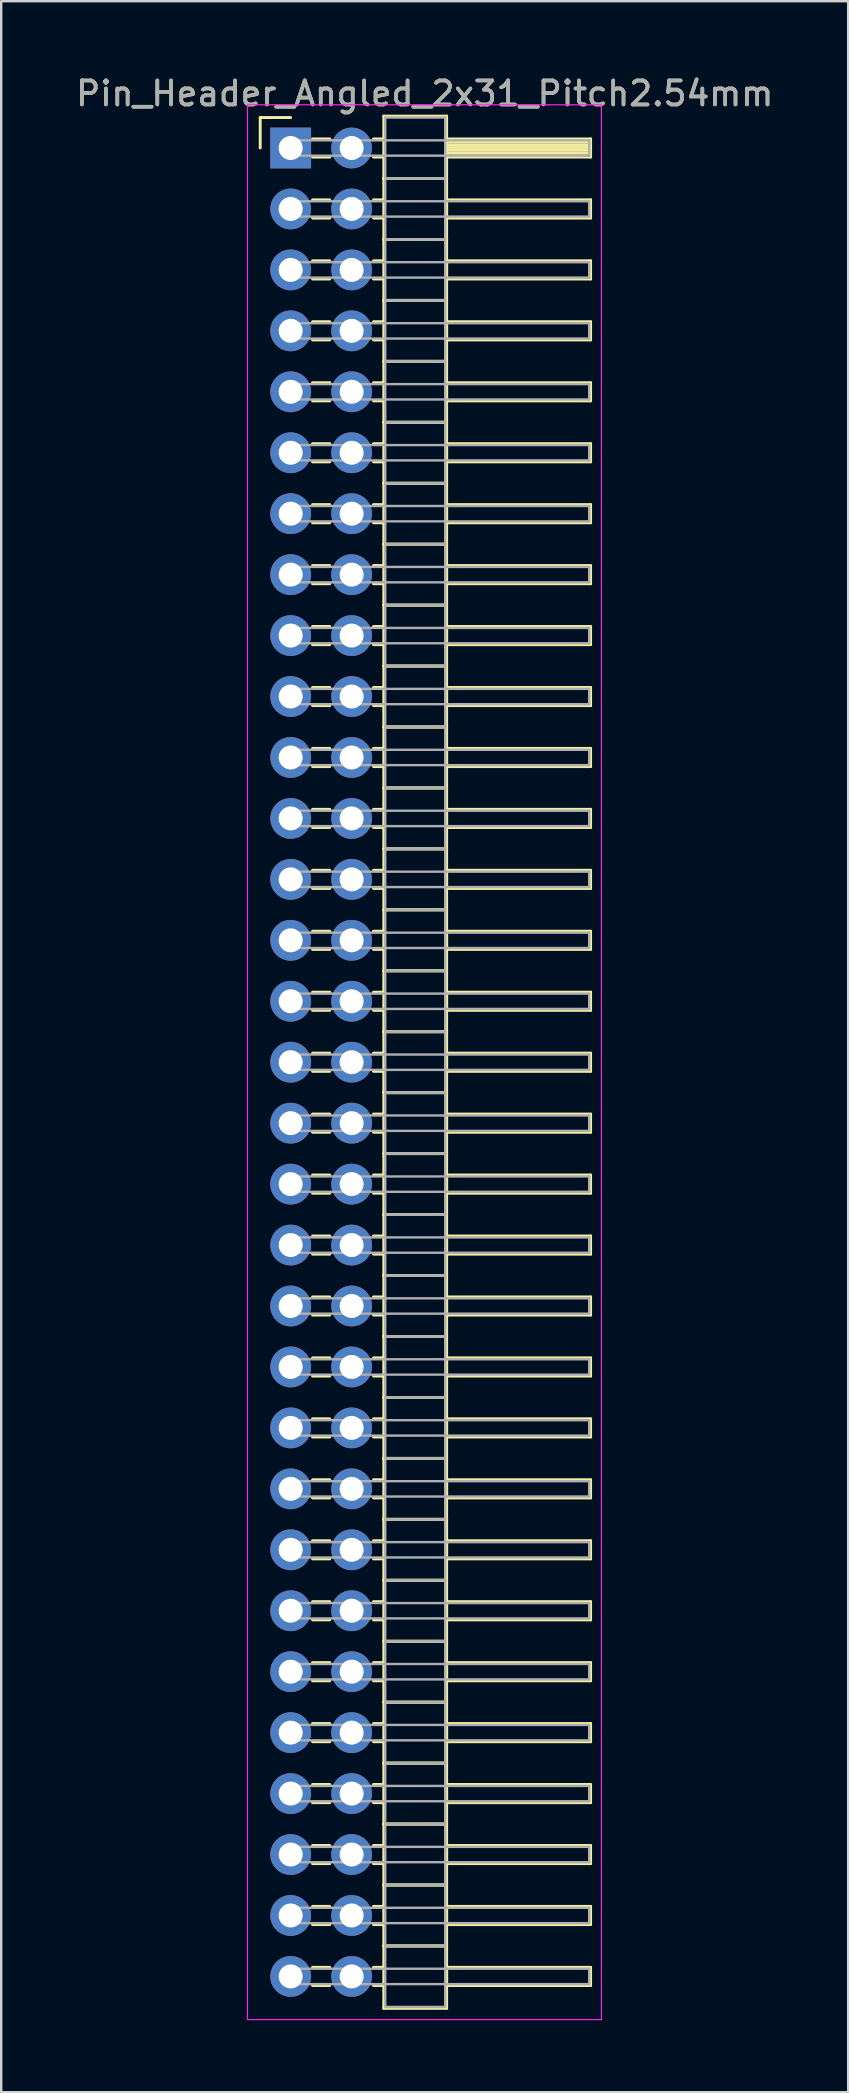
<source format=kicad_pcb>
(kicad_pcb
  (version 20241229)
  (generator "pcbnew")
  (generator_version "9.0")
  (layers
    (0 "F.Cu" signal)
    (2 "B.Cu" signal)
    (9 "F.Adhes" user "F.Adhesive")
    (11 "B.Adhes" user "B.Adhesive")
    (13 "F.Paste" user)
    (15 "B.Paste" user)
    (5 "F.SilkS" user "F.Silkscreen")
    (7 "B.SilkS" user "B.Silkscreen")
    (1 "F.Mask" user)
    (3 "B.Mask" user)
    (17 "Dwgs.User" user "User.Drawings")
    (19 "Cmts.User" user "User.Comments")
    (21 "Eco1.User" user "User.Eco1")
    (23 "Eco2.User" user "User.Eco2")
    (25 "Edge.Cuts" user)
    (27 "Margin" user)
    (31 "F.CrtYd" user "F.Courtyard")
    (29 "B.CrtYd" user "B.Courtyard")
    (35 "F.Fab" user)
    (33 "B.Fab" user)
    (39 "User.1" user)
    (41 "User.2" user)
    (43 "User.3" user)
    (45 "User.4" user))
  (footprint "Pin_Header_Angled_2x31_Pitch2.54mm"
    (layer "F.Cu")
    (at 9.064 3.118)
    (property "Reference" "Pin_Header_Angled_2x31_Pitch2.54mm" (at 5.585 -2.27 0) (layer "F.SilkS") (effects (font (size 1 1) (thickness 0.15))))
    (attr through_hole)
    (fp_line (start -1.27 -1.27) (end 0 -1.27) (stroke (width 0.12) (type solid)) (layer "F.SilkS"))
    (fp_line (start -1.27 0) (end -1.27 -1.27) (stroke (width 0.12) (type solid)) (layer "F.SilkS"))
    (fp_line (start 0.91 -0.38) (end 1.63 -0.38) (stroke (width 0.12) (type solid)) (layer "F.SilkS"))
    (fp_line (start 0.91 0.38) (end 1.63 0.38) (stroke (width 0.12) (type solid)) (layer "F.SilkS"))
    (fp_line (start 0.91 2.16) (end 1.63 2.16) (stroke (width 0.12) (type solid)) (layer "F.SilkS"))
    (fp_line (start 0.91 2.92) (end 1.63 2.92) (stroke (width 0.12) (type solid)) (layer "F.SilkS"))
    (fp_line (start 0.91 4.7) (end 1.63 4.7) (stroke (width 0.12) (type solid)) (layer "F.SilkS"))
    (fp_line (start 0.91 5.46) (end 1.63 5.46) (stroke (width 0.12) (type solid)) (layer "F.SilkS"))
    (fp_line (start 0.91 7.24) (end 1.63 7.24) (stroke (width 0.12) (type solid)) (layer "F.SilkS"))
    (fp_line (start 0.91 8) (end 1.63 8) (stroke (width 0.12) (type solid)) (layer "F.SilkS"))
    (fp_line (start 0.91 9.78) (end 1.63 9.78) (stroke (width 0.12) (type solid)) (layer "F.SilkS"))
    (fp_line (start 0.91 10.54) (end 1.63 10.54) (stroke (width 0.12) (type solid)) (layer "F.SilkS"))
    (fp_line (start 0.91 12.32) (end 1.63 12.32) (stroke (width 0.12) (type solid)) (layer "F.SilkS"))
    (fp_line (start 0.91 13.08) (end 1.63 13.08) (stroke (width 0.12) (type solid)) (layer "F.SilkS"))
    (fp_line (start 0.91 14.86) (end 1.63 14.86) (stroke (width 0.12) (type solid)) (layer "F.SilkS"))
    (fp_line (start 0.91 15.62) (end 1.63 15.62) (stroke (width 0.12) (type solid)) (layer "F.SilkS"))
    (fp_line (start 0.91 17.4) (end 1.63 17.4) (stroke (width 0.12) (type solid)) (layer "F.SilkS"))
    (fp_line (start 0.91 18.16) (end 1.63 18.16) (stroke (width 0.12) (type solid)) (layer "F.SilkS"))
    (fp_line (start 0.91 19.94) (end 1.63 19.94) (stroke (width 0.12) (type solid)) (layer "F.SilkS"))
    (fp_line (start 0.91 20.7) (end 1.63 20.7) (stroke (width 0.12) (type solid)) (layer "F.SilkS"))
    (fp_line (start 0.91 22.48) (end 1.63 22.48) (stroke (width 0.12) (type solid)) (layer "F.SilkS"))
    (fp_line (start 0.91 23.24) (end 1.63 23.24) (stroke (width 0.12) (type solid)) (layer "F.SilkS"))
    (fp_line (start 0.91 25.02) (end 1.63 25.02) (stroke (width 0.12) (type solid)) (layer "F.SilkS"))
    (fp_line (start 0.91 25.78) (end 1.63 25.78) (stroke (width 0.12) (type solid)) (layer "F.SilkS"))
    (fp_line (start 0.91 27.56) (end 1.63 27.56) (stroke (width 0.12) (type solid)) (layer "F.SilkS"))
    (fp_line (start 0.91 28.32) (end 1.63 28.32) (stroke (width 0.12) (type solid)) (layer "F.SilkS"))
    (fp_line (start 0.91 30.1) (end 1.63 30.1) (stroke (width 0.12) (type solid)) (layer "F.SilkS"))
    (fp_line (start 0.91 30.86) (end 1.63 30.86) (stroke (width 0.12) (type solid)) (layer "F.SilkS"))
    (fp_line (start 0.91 32.64) (end 1.63 32.64) (stroke (width 0.12) (type solid)) (layer "F.SilkS"))
    (fp_line (start 0.91 33.4) (end 1.63 33.4) (stroke (width 0.12) (type solid)) (layer "F.SilkS"))
    (fp_line (start 0.91 35.18) (end 1.63 35.18) (stroke (width 0.12) (type solid)) (layer "F.SilkS"))
    (fp_line (start 0.91 35.94) (end 1.63 35.94) (stroke (width 0.12) (type solid)) (layer "F.SilkS"))
    (fp_line (start 0.91 37.72) (end 1.63 37.72) (stroke (width 0.12) (type solid)) (layer "F.SilkS"))
    (fp_line (start 0.91 38.48) (end 1.63 38.48) (stroke (width 0.12) (type solid)) (layer "F.SilkS"))
    (fp_line (start 0.91 40.26) (end 1.63 40.26) (stroke (width 0.12) (type solid)) (layer "F.SilkS"))
    (fp_line (start 0.91 41.02) (end 1.63 41.02) (stroke (width 0.12) (type solid)) (layer "F.SilkS"))
    (fp_line (start 0.91 42.8) (end 1.63 42.8) (stroke (width 0.12) (type solid)) (layer "F.SilkS"))
    (fp_line (start 0.91 43.56) (end 1.63 43.56) (stroke (width 0.12) (type solid)) (layer "F.SilkS"))
    (fp_line (start 0.91 45.34) (end 1.63 45.34) (stroke (width 0.12) (type solid)) (layer "F.SilkS"))
    (fp_line (start 0.91 46.1) (end 1.63 46.1) (stroke (width 0.12) (type solid)) (layer "F.SilkS"))
    (fp_line (start 0.91 47.88) (end 1.63 47.88) (stroke (width 0.12) (type solid)) (layer "F.SilkS"))
    (fp_line (start 0.91 48.64) (end 1.63 48.64) (stroke (width 0.12) (type solid)) (layer "F.SilkS"))
    (fp_line (start 0.91 50.42) (end 1.63 50.42) (stroke (width 0.12) (type solid)) (layer "F.SilkS"))
    (fp_line (start 0.91 51.18) (end 1.63 51.18) (stroke (width 0.12) (type solid)) (layer "F.SilkS"))
    (fp_line (start 0.91 52.96) (end 1.63 52.96) (stroke (width 0.12) (type solid)) (layer "F.SilkS"))
    (fp_line (start 0.91 53.72) (end 1.63 53.72) (stroke (width 0.12) (type solid)) (layer "F.SilkS"))
    (fp_line (start 0.91 55.5) (end 1.63 55.5) (stroke (width 0.12) (type solid)) (layer "F.SilkS"))
    (fp_line (start 0.91 56.26) (end 1.63 56.26) (stroke (width 0.12) (type solid)) (layer "F.SilkS"))
    (fp_line (start 0.91 58.04) (end 1.63 58.04) (stroke (width 0.12) (type solid)) (layer "F.SilkS"))
    (fp_line (start 0.91 58.8) (end 1.63 58.8) (stroke (width 0.12) (type solid)) (layer "F.SilkS"))
    (fp_line (start 0.91 60.58) (end 1.63 60.58) (stroke (width 0.12) (type solid)) (layer "F.SilkS"))
    (fp_line (start 0.91 61.34) (end 1.63 61.34) (stroke (width 0.12) (type solid)) (layer "F.SilkS"))
    (fp_line (start 0.91 63.12) (end 1.63 63.12) (stroke (width 0.12) (type solid)) (layer "F.SilkS"))
    (fp_line (start 0.91 63.88) (end 1.63 63.88) (stroke (width 0.12) (type solid)) (layer "F.SilkS"))
    (fp_line (start 0.91 65.66) (end 1.63 65.66) (stroke (width 0.12) (type solid)) (layer "F.SilkS"))
    (fp_line (start 0.91 66.42) (end 1.63 66.42) (stroke (width 0.12) (type solid)) (layer "F.SilkS"))
    (fp_line (start 0.91 68.2) (end 1.63 68.2) (stroke (width 0.12) (type solid)) (layer "F.SilkS"))
    (fp_line (start 0.91 68.96) (end 1.63 68.96) (stroke (width 0.12) (type solid)) (layer "F.SilkS"))
    (fp_line (start 0.91 70.74) (end 1.63 70.74) (stroke (width 0.12) (type solid)) (layer "F.SilkS"))
    (fp_line (start 0.91 71.5) (end 1.63 71.5) (stroke (width 0.12) (type solid)) (layer "F.SilkS"))
    (fp_line (start 0.91 73.28) (end 1.63 73.28) (stroke (width 0.12) (type solid)) (layer "F.SilkS"))
    (fp_line (start 0.91 74.04) (end 1.63 74.04) (stroke (width 0.12) (type solid)) (layer "F.SilkS"))
    (fp_line (start 0.91 75.82) (end 1.63 75.82) (stroke (width 0.12) (type solid)) (layer "F.SilkS"))
    (fp_line (start 0.91 76.58) (end 1.63 76.58) (stroke (width 0.12) (type solid)) (layer "F.SilkS"))
    (fp_line (start 3.45 -0.38) (end 3.88 -0.38) (stroke (width 0.12) (type solid)) (layer "F.SilkS"))
    (fp_line (start 3.45 0.38) (end 3.88 0.38) (stroke (width 0.12) (type solid)) (layer "F.SilkS"))
    (fp_line (start 3.45 2.16) (end 3.88 2.16) (stroke (width 0.12) (type solid)) (layer "F.SilkS"))
    (fp_line (start 3.45 2.92) (end 3.88 2.92) (stroke (width 0.12) (type solid)) (layer "F.SilkS"))
    (fp_line (start 3.45 4.7) (end 3.88 4.7) (stroke (width 0.12) (type solid)) (layer "F.SilkS"))
    (fp_line (start 3.45 5.46) (end 3.88 5.46) (stroke (width 0.12) (type solid)) (layer "F.SilkS"))
    (fp_line (start 3.45 7.24) (end 3.88 7.24) (stroke (width 0.12) (type solid)) (layer "F.SilkS"))
    (fp_line (start 3.45 8) (end 3.88 8) (stroke (width 0.12) (type solid)) (layer "F.SilkS"))
    (fp_line (start 3.45 9.78) (end 3.88 9.78) (stroke (width 0.12) (type solid)) (layer "F.SilkS"))
    (fp_line (start 3.45 10.54) (end 3.88 10.54) (stroke (width 0.12) (type solid)) (layer "F.SilkS"))
    (fp_line (start 3.45 12.32) (end 3.88 12.32) (stroke (width 0.12) (type solid)) (layer "F.SilkS"))
    (fp_line (start 3.45 13.08) (end 3.88 13.08) (stroke (width 0.12) (type solid)) (layer "F.SilkS"))
    (fp_line (start 3.45 14.86) (end 3.88 14.86) (stroke (width 0.12) (type solid)) (layer "F.SilkS"))
    (fp_line (start 3.45 15.62) (end 3.88 15.62) (stroke (width 0.12) (type solid)) (layer "F.SilkS"))
    (fp_line (start 3.45 17.4) (end 3.88 17.4) (stroke (width 0.12) (type solid)) (layer "F.SilkS"))
    (fp_line (start 3.45 18.16) (end 3.88 18.16) (stroke (width 0.12) (type solid)) (layer "F.SilkS"))
    (fp_line (start 3.45 19.94) (end 3.88 19.94) (stroke (width 0.12) (type solid)) (layer "F.SilkS"))
    (fp_line (start 3.45 20.7) (end 3.88 20.7) (stroke (width 0.12) (type solid)) (layer "F.SilkS"))
    (fp_line (start 3.45 22.48) (end 3.88 22.48) (stroke (width 0.12) (type solid)) (layer "F.SilkS"))
    (fp_line (start 3.45 23.24) (end 3.88 23.24) (stroke (width 0.12) (type solid)) (layer "F.SilkS"))
    (fp_line (start 3.45 25.02) (end 3.88 25.02) (stroke (width 0.12) (type solid)) (layer "F.SilkS"))
    (fp_line (start 3.45 25.78) (end 3.88 25.78) (stroke (width 0.12) (type solid)) (layer "F.SilkS"))
    (fp_line (start 3.45 27.56) (end 3.88 27.56) (stroke (width 0.12) (type solid)) (layer "F.SilkS"))
    (fp_line (start 3.45 28.32) (end 3.88 28.32) (stroke (width 0.12) (type solid)) (layer "F.SilkS"))
    (fp_line (start 3.45 30.1) (end 3.88 30.1) (stroke (width 0.12) (type solid)) (layer "F.SilkS"))
    (fp_line (start 3.45 30.86) (end 3.88 30.86) (stroke (width 0.12) (type solid)) (layer "F.SilkS"))
    (fp_line (start 3.45 32.64) (end 3.88 32.64) (stroke (width 0.12) (type solid)) (layer "F.SilkS"))
    (fp_line (start 3.45 33.4) (end 3.88 33.4) (stroke (width 0.12) (type solid)) (layer "F.SilkS"))
    (fp_line (start 3.45 35.18) (end 3.88 35.18) (stroke (width 0.12) (type solid)) (layer "F.SilkS"))
    (fp_line (start 3.45 35.94) (end 3.88 35.94) (stroke (width 0.12) (type solid)) (layer "F.SilkS"))
    (fp_line (start 3.45 37.72) (end 3.88 37.72) (stroke (width 0.12) (type solid)) (layer "F.SilkS"))
    (fp_line (start 3.45 38.48) (end 3.88 38.48) (stroke (width 0.12) (type solid)) (layer "F.SilkS"))
    (fp_line (start 3.45 40.26) (end 3.88 40.26) (stroke (width 0.12) (type solid)) (layer "F.SilkS"))
    (fp_line (start 3.45 41.02) (end 3.88 41.02) (stroke (width 0.12) (type solid)) (layer "F.SilkS"))
    (fp_line (start 3.45 42.8) (end 3.88 42.8) (stroke (width 0.12) (type solid)) (layer "F.SilkS"))
    (fp_line (start 3.45 43.56) (end 3.88 43.56) (stroke (width 0.12) (type solid)) (layer "F.SilkS"))
    (fp_line (start 3.45 45.34) (end 3.88 45.34) (stroke (width 0.12) (type solid)) (layer "F.SilkS"))
    (fp_line (start 3.45 46.1) (end 3.88 46.1) (stroke (width 0.12) (type solid)) (layer "F.SilkS"))
    (fp_line (start 3.45 47.88) (end 3.88 47.88) (stroke (width 0.12) (type solid)) (layer "F.SilkS"))
    (fp_line (start 3.45 48.64) (end 3.88 48.64) (stroke (width 0.12) (type solid)) (layer "F.SilkS"))
    (fp_line (start 3.45 50.42) (end 3.88 50.42) (stroke (width 0.12) (type solid)) (layer "F.SilkS"))
    (fp_line (start 3.45 51.18) (end 3.88 51.18) (stroke (width 0.12) (type solid)) (layer "F.SilkS"))
    (fp_line (start 3.45 52.96) (end 3.88 52.96) (stroke (width 0.12) (type solid)) (layer "F.SilkS"))
    (fp_line (start 3.45 53.72) (end 3.88 53.72) (stroke (width 0.12) (type solid)) (layer "F.SilkS"))
    (fp_line (start 3.45 55.5) (end 3.88 55.5) (stroke (width 0.12) (type solid)) (layer "F.SilkS"))
    (fp_line (start 3.45 56.26) (end 3.88 56.26) (stroke (width 0.12) (type solid)) (layer "F.SilkS"))
    (fp_line (start 3.45 58.04) (end 3.88 58.04) (stroke (width 0.12) (type solid)) (layer "F.SilkS"))
    (fp_line (start 3.45 58.8) (end 3.88 58.8) (stroke (width 0.12) (type solid)) (layer "F.SilkS"))
    (fp_line (start 3.45 60.58) (end 3.88 60.58) (stroke (width 0.12) (type solid)) (layer "F.SilkS"))
    (fp_line (start 3.45 61.34) (end 3.88 61.34) (stroke (width 0.12) (type solid)) (layer "F.SilkS"))
    (fp_line (start 3.45 63.12) (end 3.88 63.12) (stroke (width 0.12) (type solid)) (layer "F.SilkS"))
    (fp_line (start 3.45 63.88) (end 3.88 63.88) (stroke (width 0.12) (type solid)) (layer "F.SilkS"))
    (fp_line (start 3.45 65.66) (end 3.88 65.66) (stroke (width 0.12) (type solid)) (layer "F.SilkS"))
    (fp_line (start 3.45 66.42) (end 3.88 66.42) (stroke (width 0.12) (type solid)) (layer "F.SilkS"))
    (fp_line (start 3.45 68.2) (end 3.88 68.2) (stroke (width 0.12) (type solid)) (layer "F.SilkS"))
    (fp_line (start 3.45 68.96) (end 3.88 68.96) (stroke (width 0.12) (type solid)) (layer "F.SilkS"))
    (fp_line (start 3.45 70.74) (end 3.88 70.74) (stroke (width 0.12) (type solid)) (layer "F.SilkS"))
    (fp_line (start 3.45 71.5) (end 3.88 71.5) (stroke (width 0.12) (type solid)) (layer "F.SilkS"))
    (fp_line (start 3.45 73.28) (end 3.88 73.28) (stroke (width 0.12) (type solid)) (layer "F.SilkS"))
    (fp_line (start 3.45 74.04) (end 3.88 74.04) (stroke (width 0.12) (type solid)) (layer "F.SilkS"))
    (fp_line (start 3.45 75.82) (end 3.88 75.82) (stroke (width 0.12) (type solid)) (layer "F.SilkS"))
    (fp_line (start 3.45 76.58) (end 3.88 76.58) (stroke (width 0.12) (type solid)) (layer "F.SilkS"))
    (fp_line (start 3.88 -1.33) (end 3.88 1.27) (stroke (width 0.12) (type solid)) (layer "F.SilkS"))
    (fp_line (start 3.88 1.27) (end 3.88 3.81) (stroke (width 0.12) (type solid)) (layer "F.SilkS"))
    (fp_line (start 3.88 1.27) (end 6.5 1.27) (stroke (width 0.12) (type solid)) (layer "F.SilkS"))
    (fp_line (start 3.88 3.81) (end 3.88 6.35) (stroke (width 0.12) (type solid)) (layer "F.SilkS"))
    (fp_line (start 3.88 3.81) (end 6.5 3.81) (stroke (width 0.12) (type solid)) (layer "F.SilkS"))
    (fp_line (start 3.88 6.35) (end 3.88 8.89) (stroke (width 0.12) (type solid)) (layer "F.SilkS"))
    (fp_line (start 3.88 6.35) (end 6.5 6.35) (stroke (width 0.12) (type solid)) (layer "F.SilkS"))
    (fp_line (start 3.88 8.89) (end 3.88 11.43) (stroke (width 0.12) (type solid)) (layer "F.SilkS"))
    (fp_line (start 3.88 8.89) (end 6.5 8.89) (stroke (width 0.12) (type solid)) (layer "F.SilkS"))
    (fp_line (start 3.88 11.43) (end 3.88 13.97) (stroke (width 0.12) (type solid)) (layer "F.SilkS"))
    (fp_line (start 3.88 11.43) (end 6.5 11.43) (stroke (width 0.12) (type solid)) (layer "F.SilkS"))
    (fp_line (start 3.88 13.97) (end 3.88 16.51) (stroke (width 0.12) (type solid)) (layer "F.SilkS"))
    (fp_line (start 3.88 13.97) (end 6.5 13.97) (stroke (width 0.12) (type solid)) (layer "F.SilkS"))
    (fp_line (start 3.88 16.51) (end 3.88 19.05) (stroke (width 0.12) (type solid)) (layer "F.SilkS"))
    (fp_line (start 3.88 16.51) (end 6.5 16.51) (stroke (width 0.12) (type solid)) (layer "F.SilkS"))
    (fp_line (start 3.88 19.05) (end 3.88 21.59) (stroke (width 0.12) (type solid)) (layer "F.SilkS"))
    (fp_line (start 3.88 19.05) (end 6.5 19.05) (stroke (width 0.12) (type solid)) (layer "F.SilkS"))
    (fp_line (start 3.88 21.59) (end 3.88 24.13) (stroke (width 0.12) (type solid)) (layer "F.SilkS"))
    (fp_line (start 3.88 21.59) (end 6.5 21.59) (stroke (width 0.12) (type solid)) (layer "F.SilkS"))
    (fp_line (start 3.88 24.13) (end 3.88 26.67) (stroke (width 0.12) (type solid)) (layer "F.SilkS"))
    (fp_line (start 3.88 24.13) (end 6.5 24.13) (stroke (width 0.12) (type solid)) (layer "F.SilkS"))
    (fp_line (start 3.88 26.67) (end 3.88 29.21) (stroke (width 0.12) (type solid)) (layer "F.SilkS"))
    (fp_line (start 3.88 26.67) (end 6.5 26.67) (stroke (width 0.12) (type solid)) (layer "F.SilkS"))
    (fp_line (start 3.88 29.21) (end 3.88 31.75) (stroke (width 0.12) (type solid)) (layer "F.SilkS"))
    (fp_line (start 3.88 29.21) (end 6.5 29.21) (stroke (width 0.12) (type solid)) (layer "F.SilkS"))
    (fp_line (start 3.88 31.75) (end 3.88 34.29) (stroke (width 0.12) (type solid)) (layer "F.SilkS"))
    (fp_line (start 3.88 31.75) (end 6.5 31.75) (stroke (width 0.12) (type solid)) (layer "F.SilkS"))
    (fp_line (start 3.88 34.29) (end 3.88 36.83) (stroke (width 0.12) (type solid)) (layer "F.SilkS"))
    (fp_line (start 3.88 34.29) (end 6.5 34.29) (stroke (width 0.12) (type solid)) (layer "F.SilkS"))
    (fp_line (start 3.88 36.83) (end 3.88 39.37) (stroke (width 0.12) (type solid)) (layer "F.SilkS"))
    (fp_line (start 3.88 36.83) (end 6.5 36.83) (stroke (width 0.12) (type solid)) (layer "F.SilkS"))
    (fp_line (start 3.88 39.37) (end 3.88 41.91) (stroke (width 0.12) (type solid)) (layer "F.SilkS"))
    (fp_line (start 3.88 39.37) (end 6.5 39.37) (stroke (width 0.12) (type solid)) (layer "F.SilkS"))
    (fp_line (start 3.88 41.91) (end 3.88 44.45) (stroke (width 0.12) (type solid)) (layer "F.SilkS"))
    (fp_line (start 3.88 41.91) (end 6.5 41.91) (stroke (width 0.12) (type solid)) (layer "F.SilkS"))
    (fp_line (start 3.88 44.45) (end 3.88 46.99) (stroke (width 0.12) (type solid)) (layer "F.SilkS"))
    (fp_line (start 3.88 44.45) (end 6.5 44.45) (stroke (width 0.12) (type solid)) (layer "F.SilkS"))
    (fp_line (start 3.88 46.99) (end 3.88 49.53) (stroke (width 0.12) (type solid)) (layer "F.SilkS"))
    (fp_line (start 3.88 46.99) (end 6.5 46.99) (stroke (width 0.12) (type solid)) (layer "F.SilkS"))
    (fp_line (start 3.88 49.53) (end 3.88 52.07) (stroke (width 0.12) (type solid)) (layer "F.SilkS"))
    (fp_line (start 3.88 49.53) (end 6.5 49.53) (stroke (width 0.12) (type solid)) (layer "F.SilkS"))
    (fp_line (start 3.88 52.07) (end 3.88 54.61) (stroke (width 0.12) (type solid)) (layer "F.SilkS"))
    (fp_line (start 3.88 52.07) (end 6.5 52.07) (stroke (width 0.12) (type solid)) (layer "F.SilkS"))
    (fp_line (start 3.88 54.61) (end 3.88 57.15) (stroke (width 0.12) (type solid)) (layer "F.SilkS"))
    (fp_line (start 3.88 54.61) (end 6.5 54.61) (stroke (width 0.12) (type solid)) (layer "F.SilkS"))
    (fp_line (start 3.88 57.15) (end 3.88 59.69) (stroke (width 0.12) (type solid)) (layer "F.SilkS"))
    (fp_line (start 3.88 57.15) (end 6.5 57.15) (stroke (width 0.12) (type solid)) (layer "F.SilkS"))
    (fp_line (start 3.88 59.69) (end 3.88 62.23) (stroke (width 0.12) (type solid)) (layer "F.SilkS"))
    (fp_line (start 3.88 59.69) (end 6.5 59.69) (stroke (width 0.12) (type solid)) (layer "F.SilkS"))
    (fp_line (start 3.88 62.23) (end 3.88 64.77) (stroke (width 0.12) (type solid)) (layer "F.SilkS"))
    (fp_line (start 3.88 62.23) (end 6.5 62.23) (stroke (width 0.12) (type solid)) (layer "F.SilkS"))
    (fp_line (start 3.88 64.77) (end 3.88 67.31) (stroke (width 0.12) (type solid)) (layer "F.SilkS"))
    (fp_line (start 3.88 64.77) (end 6.5 64.77) (stroke (width 0.12) (type solid)) (layer "F.SilkS"))
    (fp_line (start 3.88 67.31) (end 3.88 69.85) (stroke (width 0.12) (type solid)) (layer "F.SilkS"))
    (fp_line (start 3.88 67.31) (end 6.5 67.31) (stroke (width 0.12) (type solid)) (layer "F.SilkS"))
    (fp_line (start 3.88 69.85) (end 3.88 72.39) (stroke (width 0.12) (type solid)) (layer "F.SilkS"))
    (fp_line (start 3.88 69.85) (end 6.5 69.85) (stroke (width 0.12) (type solid)) (layer "F.SilkS"))
    (fp_line (start 3.88 72.39) (end 3.88 74.93) (stroke (width 0.12) (type solid)) (layer "F.SilkS"))
    (fp_line (start 3.88 72.39) (end 6.5 72.39) (stroke (width 0.12) (type solid)) (layer "F.SilkS"))
    (fp_line (start 3.88 74.93) (end 3.88 77.53) (stroke (width 0.12) (type solid)) (layer "F.SilkS"))
    (fp_line (start 3.88 74.93) (end 6.5 74.93) (stroke (width 0.12) (type solid)) (layer "F.SilkS"))
    (fp_line (start 3.88 77.53) (end 6.5 77.53) (stroke (width 0.12) (type solid)) (layer "F.SilkS"))
    (fp_line (start 6.5 -1.33) (end 3.88 -1.33) (stroke (width 0.12) (type solid)) (layer "F.SilkS"))
    (fp_line (start 6.5 -0.38) (end 6.5 0.38) (stroke (width 0.12) (type solid)) (layer "F.SilkS"))
    (fp_line (start 6.5 -0.26) (end 12.5 -0.26) (stroke (width 0.12) (type solid)) (layer "F.SilkS"))
    (fp_line (start 6.5 -0.14) (end 12.5 -0.14) (stroke (width 0.12) (type solid)) (layer "F.SilkS"))
    (fp_line (start 6.5 -0.02) (end 12.5 -0.02) (stroke (width 0.12) (type solid)) (layer "F.SilkS"))
    (fp_line (start 6.5 0.1) (end 12.5 0.1) (stroke (width 0.12) (type solid)) (layer "F.SilkS"))
    (fp_line (start 6.5 0.22) (end 12.5 0.22) (stroke (width 0.12) (type solid)) (layer "F.SilkS"))
    (fp_line (start 6.5 0.34) (end 12.5 0.34) (stroke (width 0.12) (type solid)) (layer "F.SilkS"))
    (fp_line (start 6.5 0.38) (end 12.5 0.38) (stroke (width 0.12) (type solid)) (layer "F.SilkS"))
    (fp_line (start 6.5 1.27) (end 3.88 1.27) (stroke (width 0.12) (type solid)) (layer "F.SilkS"))
    (fp_line (start 6.5 1.27) (end 6.5 -1.33) (stroke (width 0.12) (type solid)) (layer "F.SilkS"))
    (fp_line (start 6.5 2.16) (end 6.5 2.92) (stroke (width 0.12) (type solid)) (layer "F.SilkS"))
    (fp_line (start 6.5 2.92) (end 12.5 2.92) (stroke (width 0.12) (type solid)) (layer "F.SilkS"))
    (fp_line (start 6.5 3.81) (end 3.88 3.81) (stroke (width 0.12) (type solid)) (layer "F.SilkS"))
    (fp_line (start 6.5 3.81) (end 6.5 1.27) (stroke (width 0.12) (type solid)) (layer "F.SilkS"))
    (fp_line (start 6.5 4.7) (end 6.5 5.46) (stroke (width 0.12) (type solid)) (layer "F.SilkS"))
    (fp_line (start 6.5 5.46) (end 12.5 5.46) (stroke (width 0.12) (type solid)) (layer "F.SilkS"))
    (fp_line (start 6.5 6.35) (end 3.88 6.35) (stroke (width 0.12) (type solid)) (layer "F.SilkS"))
    (fp_line (start 6.5 6.35) (end 6.5 3.81) (stroke (width 0.12) (type solid)) (layer "F.SilkS"))
    (fp_line (start 6.5 7.24) (end 6.5 8) (stroke (width 0.12) (type solid)) (layer "F.SilkS"))
    (fp_line (start 6.5 8) (end 12.5 8) (stroke (width 0.12) (type solid)) (layer "F.SilkS"))
    (fp_line (start 6.5 8.89) (end 3.88 8.89) (stroke (width 0.12) (type solid)) (layer "F.SilkS"))
    (fp_line (start 6.5 8.89) (end 6.5 6.35) (stroke (width 0.12) (type solid)) (layer "F.SilkS"))
    (fp_line (start 6.5 9.78) (end 6.5 10.54) (stroke (width 0.12) (type solid)) (layer "F.SilkS"))
    (fp_line (start 6.5 10.54) (end 12.5 10.54) (stroke (width 0.12) (type solid)) (layer "F.SilkS"))
    (fp_line (start 6.5 11.43) (end 3.88 11.43) (stroke (width 0.12) (type solid)) (layer "F.SilkS"))
    (fp_line (start 6.5 11.43) (end 6.5 8.89) (stroke (width 0.12) (type solid)) (layer "F.SilkS"))
    (fp_line (start 6.5 12.32) (end 6.5 13.08) (stroke (width 0.12) (type solid)) (layer "F.SilkS"))
    (fp_line (start 6.5 13.08) (end 12.5 13.08) (stroke (width 0.12) (type solid)) (layer "F.SilkS"))
    (fp_line (start 6.5 13.97) (end 3.88 13.97) (stroke (width 0.12) (type solid)) (layer "F.SilkS"))
    (fp_line (start 6.5 13.97) (end 6.5 11.43) (stroke (width 0.12) (type solid)) (layer "F.SilkS"))
    (fp_line (start 6.5 14.86) (end 6.5 15.62) (stroke (width 0.12) (type solid)) (layer "F.SilkS"))
    (fp_line (start 6.5 15.62) (end 12.5 15.62) (stroke (width 0.12) (type solid)) (layer "F.SilkS"))
    (fp_line (start 6.5 16.51) (end 3.88 16.51) (stroke (width 0.12) (type solid)) (layer "F.SilkS"))
    (fp_line (start 6.5 16.51) (end 6.5 13.97) (stroke (width 0.12) (type solid)) (layer "F.SilkS"))
    (fp_line (start 6.5 17.4) (end 6.5 18.16) (stroke (width 0.12) (type solid)) (layer "F.SilkS"))
    (fp_line (start 6.5 18.16) (end 12.5 18.16) (stroke (width 0.12) (type solid)) (layer "F.SilkS"))
    (fp_line (start 6.5 19.05) (end 3.88 19.05) (stroke (width 0.12) (type solid)) (layer "F.SilkS"))
    (fp_line (start 6.5 19.05) (end 6.5 16.51) (stroke (width 0.12) (type solid)) (layer "F.SilkS"))
    (fp_line (start 6.5 19.94) (end 6.5 20.7) (stroke (width 0.12) (type solid)) (layer "F.SilkS"))
    (fp_line (start 6.5 20.7) (end 12.5 20.7) (stroke (width 0.12) (type solid)) (layer "F.SilkS"))
    (fp_line (start 6.5 21.59) (end 3.88 21.59) (stroke (width 0.12) (type solid)) (layer "F.SilkS"))
    (fp_line (start 6.5 21.59) (end 6.5 19.05) (stroke (width 0.12) (type solid)) (layer "F.SilkS"))
    (fp_line (start 6.5 22.48) (end 6.5 23.24) (stroke (width 0.12) (type solid)) (layer "F.SilkS"))
    (fp_line (start 6.5 23.24) (end 12.5 23.24) (stroke (width 0.12) (type solid)) (layer "F.SilkS"))
    (fp_line (start 6.5 24.13) (end 3.88 24.13) (stroke (width 0.12) (type solid)) (layer "F.SilkS"))
    (fp_line (start 6.5 24.13) (end 6.5 21.59) (stroke (width 0.12) (type solid)) (layer "F.SilkS"))
    (fp_line (start 6.5 25.02) (end 6.5 25.78) (stroke (width 0.12) (type solid)) (layer "F.SilkS"))
    (fp_line (start 6.5 25.78) (end 12.5 25.78) (stroke (width 0.12) (type solid)) (layer "F.SilkS"))
    (fp_line (start 6.5 26.67) (end 3.88 26.67) (stroke (width 0.12) (type solid)) (layer "F.SilkS"))
    (fp_line (start 6.5 26.67) (end 6.5 24.13) (stroke (width 0.12) (type solid)) (layer "F.SilkS"))
    (fp_line (start 6.5 27.56) (end 6.5 28.32) (stroke (width 0.12) (type solid)) (layer "F.SilkS"))
    (fp_line (start 6.5 28.32) (end 12.5 28.32) (stroke (width 0.12) (type solid)) (layer "F.SilkS"))
    (fp_line (start 6.5 29.21) (end 3.88 29.21) (stroke (width 0.12) (type solid)) (layer "F.SilkS"))
    (fp_line (start 6.5 29.21) (end 6.5 26.67) (stroke (width 0.12) (type solid)) (layer "F.SilkS"))
    (fp_line (start 6.5 30.1) (end 6.5 30.86) (stroke (width 0.12) (type solid)) (layer "F.SilkS"))
    (fp_line (start 6.5 30.86) (end 12.5 30.86) (stroke (width 0.12) (type solid)) (layer "F.SilkS"))
    (fp_line (start 6.5 31.75) (end 3.88 31.75) (stroke (width 0.12) (type solid)) (layer "F.SilkS"))
    (fp_line (start 6.5 31.75) (end 6.5 29.21) (stroke (width 0.12) (type solid)) (layer "F.SilkS"))
    (fp_line (start 6.5 32.64) (end 6.5 33.4) (stroke (width 0.12) (type solid)) (layer "F.SilkS"))
    (fp_line (start 6.5 33.4) (end 12.5 33.4) (stroke (width 0.12) (type solid)) (layer "F.SilkS"))
    (fp_line (start 6.5 34.29) (end 3.88 34.29) (stroke (width 0.12) (type solid)) (layer "F.SilkS"))
    (fp_line (start 6.5 34.29) (end 6.5 31.75) (stroke (width 0.12) (type solid)) (layer "F.SilkS"))
    (fp_line (start 6.5 35.18) (end 6.5 35.94) (stroke (width 0.12) (type solid)) (layer "F.SilkS"))
    (fp_line (start 6.5 35.94) (end 12.5 35.94) (stroke (width 0.12) (type solid)) (layer "F.SilkS"))
    (fp_line (start 6.5 36.83) (end 3.88 36.83) (stroke (width 0.12) (type solid)) (layer "F.SilkS"))
    (fp_line (start 6.5 36.83) (end 6.5 34.29) (stroke (width 0.12) (type solid)) (layer "F.SilkS"))
    (fp_line (start 6.5 37.72) (end 6.5 38.48) (stroke (width 0.12) (type solid)) (layer "F.SilkS"))
    (fp_line (start 6.5 38.48) (end 12.5 38.48) (stroke (width 0.12) (type solid)) (layer "F.SilkS"))
    (fp_line (start 6.5 39.37) (end 3.88 39.37) (stroke (width 0.12) (type solid)) (layer "F.SilkS"))
    (fp_line (start 6.5 39.37) (end 6.5 36.83) (stroke (width 0.12) (type solid)) (layer "F.SilkS"))
    (fp_line (start 6.5 40.26) (end 6.5 41.02) (stroke (width 0.12) (type solid)) (layer "F.SilkS"))
    (fp_line (start 6.5 41.02) (end 12.5 41.02) (stroke (width 0.12) (type solid)) (layer "F.SilkS"))
    (fp_line (start 6.5 41.91) (end 3.88 41.91) (stroke (width 0.12) (type solid)) (layer "F.SilkS"))
    (fp_line (start 6.5 41.91) (end 6.5 39.37) (stroke (width 0.12) (type solid)) (layer "F.SilkS"))
    (fp_line (start 6.5 42.8) (end 6.5 43.56) (stroke (width 0.12) (type solid)) (layer "F.SilkS"))
    (fp_line (start 6.5 43.56) (end 12.5 43.56) (stroke (width 0.12) (type solid)) (layer "F.SilkS"))
    (fp_line (start 6.5 44.45) (end 3.88 44.45) (stroke (width 0.12) (type solid)) (layer "F.SilkS"))
    (fp_line (start 6.5 44.45) (end 6.5 41.91) (stroke (width 0.12) (type solid)) (layer "F.SilkS"))
    (fp_line (start 6.5 45.34) (end 6.5 46.1) (stroke (width 0.12) (type solid)) (layer "F.SilkS"))
    (fp_line (start 6.5 46.1) (end 12.5 46.1) (stroke (width 0.12) (type solid)) (layer "F.SilkS"))
    (fp_line (start 6.5 46.99) (end 3.88 46.99) (stroke (width 0.12) (type solid)) (layer "F.SilkS"))
    (fp_line (start 6.5 46.99) (end 6.5 44.45) (stroke (width 0.12) (type solid)) (layer "F.SilkS"))
    (fp_line (start 6.5 47.88) (end 6.5 48.64) (stroke (width 0.12) (type solid)) (layer "F.SilkS"))
    (fp_line (start 6.5 48.64) (end 12.5 48.64) (stroke (width 0.12) (type solid)) (layer "F.SilkS"))
    (fp_line (start 6.5 49.53) (end 3.88 49.53) (stroke (width 0.12) (type solid)) (layer "F.SilkS"))
    (fp_line (start 6.5 49.53) (end 6.5 46.99) (stroke (width 0.12) (type solid)) (layer "F.SilkS"))
    (fp_line (start 6.5 50.42) (end 6.5 51.18) (stroke (width 0.12) (type solid)) (layer "F.SilkS"))
    (fp_line (start 6.5 51.18) (end 12.5 51.18) (stroke (width 0.12) (type solid)) (layer "F.SilkS"))
    (fp_line (start 6.5 52.07) (end 3.88 52.07) (stroke (width 0.12) (type solid)) (layer "F.SilkS"))
    (fp_line (start 6.5 52.07) (end 6.5 49.53) (stroke (width 0.12) (type solid)) (layer "F.SilkS"))
    (fp_line (start 6.5 52.96) (end 6.5 53.72) (stroke (width 0.12) (type solid)) (layer "F.SilkS"))
    (fp_line (start 6.5 53.72) (end 12.5 53.72) (stroke (width 0.12) (type solid)) (layer "F.SilkS"))
    (fp_line (start 6.5 54.61) (end 3.88 54.61) (stroke (width 0.12) (type solid)) (layer "F.SilkS"))
    (fp_line (start 6.5 54.61) (end 6.5 52.07) (stroke (width 0.12) (type solid)) (layer "F.SilkS"))
    (fp_line (start 6.5 55.5) (end 6.5 56.26) (stroke (width 0.12) (type solid)) (layer "F.SilkS"))
    (fp_line (start 6.5 56.26) (end 12.5 56.26) (stroke (width 0.12) (type solid)) (layer "F.SilkS"))
    (fp_line (start 6.5 57.15) (end 3.88 57.15) (stroke (width 0.12) (type solid)) (layer "F.SilkS"))
    (fp_line (start 6.5 57.15) (end 6.5 54.61) (stroke (width 0.12) (type solid)) (layer "F.SilkS"))
    (fp_line (start 6.5 58.04) (end 6.5 58.8) (stroke (width 0.12) (type solid)) (layer "F.SilkS"))
    (fp_line (start 6.5 58.8) (end 12.5 58.8) (stroke (width 0.12) (type solid)) (layer "F.SilkS"))
    (fp_line (start 6.5 59.69) (end 3.88 59.69) (stroke (width 0.12) (type solid)) (layer "F.SilkS"))
    (fp_line (start 6.5 59.69) (end 6.5 57.15) (stroke (width 0.12) (type solid)) (layer "F.SilkS"))
    (fp_line (start 6.5 60.58) (end 6.5 61.34) (stroke (width 0.12) (type solid)) (layer "F.SilkS"))
    (fp_line (start 6.5 61.34) (end 12.5 61.34) (stroke (width 0.12) (type solid)) (layer "F.SilkS"))
    (fp_line (start 6.5 62.23) (end 3.88 62.23) (stroke (width 0.12) (type solid)) (layer "F.SilkS"))
    (fp_line (start 6.5 62.23) (end 6.5 59.69) (stroke (width 0.12) (type solid)) (layer "F.SilkS"))
    (fp_line (start 6.5 63.12) (end 6.5 63.88) (stroke (width 0.12) (type solid)) (layer "F.SilkS"))
    (fp_line (start 6.5 63.88) (end 12.5 63.88) (stroke (width 0.12) (type solid)) (layer "F.SilkS"))
    (fp_line (start 6.5 64.77) (end 3.88 64.77) (stroke (width 0.12) (type solid)) (layer "F.SilkS"))
    (fp_line (start 6.5 64.77) (end 6.5 62.23) (stroke (width 0.12) (type solid)) (layer "F.SilkS"))
    (fp_line (start 6.5 65.66) (end 6.5 66.42) (stroke (width 0.12) (type solid)) (layer "F.SilkS"))
    (fp_line (start 6.5 66.42) (end 12.5 66.42) (stroke (width 0.12) (type solid)) (layer "F.SilkS"))
    (fp_line (start 6.5 67.31) (end 3.88 67.31) (stroke (width 0.12) (type solid)) (layer "F.SilkS"))
    (fp_line (start 6.5 67.31) (end 6.5 64.77) (stroke (width 0.12) (type solid)) (layer "F.SilkS"))
    (fp_line (start 6.5 68.2) (end 6.5 68.96) (stroke (width 0.12) (type solid)) (layer "F.SilkS"))
    (fp_line (start 6.5 68.96) (end 12.5 68.96) (stroke (width 0.12) (type solid)) (layer "F.SilkS"))
    (fp_line (start 6.5 69.85) (end 3.88 69.85) (stroke (width 0.12) (type solid)) (layer "F.SilkS"))
    (fp_line (start 6.5 69.85) (end 6.5 67.31) (stroke (width 0.12) (type solid)) (layer "F.SilkS"))
    (fp_line (start 6.5 70.74) (end 6.5 71.5) (stroke (width 0.12) (type solid)) (layer "F.SilkS"))
    (fp_line (start 6.5 71.5) (end 12.5 71.5) (stroke (width 0.12) (type solid)) (layer "F.SilkS"))
    (fp_line (start 6.5 72.39) (end 3.88 72.39) (stroke (width 0.12) (type solid)) (layer "F.SilkS"))
    (fp_line (start 6.5 72.39) (end 6.5 69.85) (stroke (width 0.12) (type solid)) (layer "F.SilkS"))
    (fp_line (start 6.5 73.28) (end 6.5 74.04) (stroke (width 0.12) (type solid)) (layer "F.SilkS"))
    (fp_line (start 6.5 74.04) (end 12.5 74.04) (stroke (width 0.12) (type solid)) (layer "F.SilkS"))
    (fp_line (start 6.5 74.93) (end 3.88 74.93) (stroke (width 0.12) (type solid)) (layer "F.SilkS"))
    (fp_line (start 6.5 74.93) (end 6.5 72.39) (stroke (width 0.12) (type solid)) (layer "F.SilkS"))
    (fp_line (start 6.5 75.82) (end 6.5 76.58) (stroke (width 0.12) (type solid)) (layer "F.SilkS"))
    (fp_line (start 6.5 76.58) (end 12.5 76.58) (stroke (width 0.12) (type solid)) (layer "F.SilkS"))
    (fp_line (start 6.5 77.53) (end 6.5 74.93) (stroke (width 0.12) (type solid)) (layer "F.SilkS"))
    (fp_line (start 12.5 -0.38) (end 6.5 -0.38) (stroke (width 0.12) (type solid)) (layer "F.SilkS"))
    (fp_line (start 12.5 0.38) (end 12.5 -0.38) (stroke (width 0.12) (type solid)) (layer "F.SilkS"))
    (fp_line (start 12.5 2.16) (end 6.5 2.16) (stroke (width 0.12) (type solid)) (layer "F.SilkS"))
    (fp_line (start 12.5 2.92) (end 12.5 2.16) (stroke (width 0.12) (type solid)) (layer "F.SilkS"))
    (fp_line (start 12.5 4.7) (end 6.5 4.7) (stroke (width 0.12) (type solid)) (layer "F.SilkS"))
    (fp_line (start 12.5 5.46) (end 12.5 4.7) (stroke (width 0.12) (type solid)) (layer "F.SilkS"))
    (fp_line (start 12.5 7.24) (end 6.5 7.24) (stroke (width 0.12) (type solid)) (layer "F.SilkS"))
    (fp_line (start 12.5 8) (end 12.5 7.24) (stroke (width 0.12) (type solid)) (layer "F.SilkS"))
    (fp_line (start 12.5 9.78) (end 6.5 9.78) (stroke (width 0.12) (type solid)) (layer "F.SilkS"))
    (fp_line (start 12.5 10.54) (end 12.5 9.78) (stroke (width 0.12) (type solid)) (layer "F.SilkS"))
    (fp_line (start 12.5 12.32) (end 6.5 12.32) (stroke (width 0.12) (type solid)) (layer "F.SilkS"))
    (fp_line (start 12.5 13.08) (end 12.5 12.32) (stroke (width 0.12) (type solid)) (layer "F.SilkS"))
    (fp_line (start 12.5 14.86) (end 6.5 14.86) (stroke (width 0.12) (type solid)) (layer "F.SilkS"))
    (fp_line (start 12.5 15.62) (end 12.5 14.86) (stroke (width 0.12) (type solid)) (layer "F.SilkS"))
    (fp_line (start 12.5 17.4) (end 6.5 17.4) (stroke (width 0.12) (type solid)) (layer "F.SilkS"))
    (fp_line (start 12.5 18.16) (end 12.5 17.4) (stroke (width 0.12) (type solid)) (layer "F.SilkS"))
    (fp_line (start 12.5 19.94) (end 6.5 19.94) (stroke (width 0.12) (type solid)) (layer "F.SilkS"))
    (fp_line (start 12.5 20.7) (end 12.5 19.94) (stroke (width 0.12) (type solid)) (layer "F.SilkS"))
    (fp_line (start 12.5 22.48) (end 6.5 22.48) (stroke (width 0.12) (type solid)) (layer "F.SilkS"))
    (fp_line (start 12.5 23.24) (end 12.5 22.48) (stroke (width 0.12) (type solid)) (layer "F.SilkS"))
    (fp_line (start 12.5 25.02) (end 6.5 25.02) (stroke (width 0.12) (type solid)) (layer "F.SilkS"))
    (fp_line (start 12.5 25.78) (end 12.5 25.02) (stroke (width 0.12) (type solid)) (layer "F.SilkS"))
    (fp_line (start 12.5 27.56) (end 6.5 27.56) (stroke (width 0.12) (type solid)) (layer "F.SilkS"))
    (fp_line (start 12.5 28.32) (end 12.5 27.56) (stroke (width 0.12) (type solid)) (layer "F.SilkS"))
    (fp_line (start 12.5 30.1) (end 6.5 30.1) (stroke (width 0.12) (type solid)) (layer "F.SilkS"))
    (fp_line (start 12.5 30.86) (end 12.5 30.1) (stroke (width 0.12) (type solid)) (layer "F.SilkS"))
    (fp_line (start 12.5 32.64) (end 6.5 32.64) (stroke (width 0.12) (type solid)) (layer "F.SilkS"))
    (fp_line (start 12.5 33.4) (end 12.5 32.64) (stroke (width 0.12) (type solid)) (layer "F.SilkS"))
    (fp_line (start 12.5 35.18) (end 6.5 35.18) (stroke (width 0.12) (type solid)) (layer "F.SilkS"))
    (fp_line (start 12.5 35.94) (end 12.5 35.18) (stroke (width 0.12) (type solid)) (layer "F.SilkS"))
    (fp_line (start 12.5 37.72) (end 6.5 37.72) (stroke (width 0.12) (type solid)) (layer "F.SilkS"))
    (fp_line (start 12.5 38.48) (end 12.5 37.72) (stroke (width 0.12) (type solid)) (layer "F.SilkS"))
    (fp_line (start 12.5 40.26) (end 6.5 40.26) (stroke (width 0.12) (type solid)) (layer "F.SilkS"))
    (fp_line (start 12.5 41.02) (end 12.5 40.26) (stroke (width 0.12) (type solid)) (layer "F.SilkS"))
    (fp_line (start 12.5 42.8) (end 6.5 42.8) (stroke (width 0.12) (type solid)) (layer "F.SilkS"))
    (fp_line (start 12.5 43.56) (end 12.5 42.8) (stroke (width 0.12) (type solid)) (layer "F.SilkS"))
    (fp_line (start 12.5 45.34) (end 6.5 45.34) (stroke (width 0.12) (type solid)) (layer "F.SilkS"))
    (fp_line (start 12.5 46.1) (end 12.5 45.34) (stroke (width 0.12) (type solid)) (layer "F.SilkS"))
    (fp_line (start 12.5 47.88) (end 6.5 47.88) (stroke (width 0.12) (type solid)) (layer "F.SilkS"))
    (fp_line (start 12.5 48.64) (end 12.5 47.88) (stroke (width 0.12) (type solid)) (layer "F.SilkS"))
    (fp_line (start 12.5 50.42) (end 6.5 50.42) (stroke (width 0.12) (type solid)) (layer "F.SilkS"))
    (fp_line (start 12.5 51.18) (end 12.5 50.42) (stroke (width 0.12) (type solid)) (layer "F.SilkS"))
    (fp_line (start 12.5 52.96) (end 6.5 52.96) (stroke (width 0.12) (type solid)) (layer "F.SilkS"))
    (fp_line (start 12.5 53.72) (end 12.5 52.96) (stroke (width 0.12) (type solid)) (layer "F.SilkS"))
    (fp_line (start 12.5 55.5) (end 6.5 55.5) (stroke (width 0.12) (type solid)) (layer "F.SilkS"))
    (fp_line (start 12.5 56.26) (end 12.5 55.5) (stroke (width 0.12) (type solid)) (layer "F.SilkS"))
    (fp_line (start 12.5 58.04) (end 6.5 58.04) (stroke (width 0.12) (type solid)) (layer "F.SilkS"))
    (fp_line (start 12.5 58.8) (end 12.5 58.04) (stroke (width 0.12) (type solid)) (layer "F.SilkS"))
    (fp_line (start 12.5 60.58) (end 6.5 60.58) (stroke (width 0.12) (type solid)) (layer "F.SilkS"))
    (fp_line (start 12.5 61.34) (end 12.5 60.58) (stroke (width 0.12) (type solid)) (layer "F.SilkS"))
    (fp_line (start 12.5 63.12) (end 6.5 63.12) (stroke (width 0.12) (type solid)) (layer "F.SilkS"))
    (fp_line (start 12.5 63.88) (end 12.5 63.12) (stroke (width 0.12) (type solid)) (layer "F.SilkS"))
    (fp_line (start 12.5 65.66) (end 6.5 65.66) (stroke (width 0.12) (type solid)) (layer "F.SilkS"))
    (fp_line (start 12.5 66.42) (end 12.5 65.66) (stroke (width 0.12) (type solid)) (layer "F.SilkS"))
    (fp_line (start 12.5 68.2) (end 6.5 68.2) (stroke (width 0.12) (type solid)) (layer "F.SilkS"))
    (fp_line (start 12.5 68.96) (end 12.5 68.2) (stroke (width 0.12) (type solid)) (layer "F.SilkS"))
    (fp_line (start 12.5 70.74) (end 6.5 70.74) (stroke (width 0.12) (type solid)) (layer "F.SilkS"))
    (fp_line (start 12.5 71.5) (end 12.5 70.74) (stroke (width 0.12) (type solid)) (layer "F.SilkS"))
    (fp_line (start 12.5 73.28) (end 6.5 73.28) (stroke (width 0.12) (type solid)) (layer "F.SilkS"))
    (fp_line (start 12.5 74.04) (end 12.5 73.28) (stroke (width 0.12) (type solid)) (layer "F.SilkS"))
    (fp_line (start 12.5 75.82) (end 6.5 75.82) (stroke (width 0.12) (type solid)) (layer "F.SilkS"))
    (fp_line (start 12.5 76.58) (end 12.5 75.82) (stroke (width 0.12) (type solid)) (layer "F.SilkS"))
    (fp_line (start -1.8 -1.8) (end -1.8 78) (stroke (width 0.05) (type solid)) (layer "F.CrtYd"))
    (fp_line (start -1.8 78) (end 12.95 78) (stroke (width 0.05) (type solid)) (layer "F.CrtYd"))
    (fp_line (start 12.95 -1.8) (end -1.8 -1.8) (stroke (width 0.05) (type solid)) (layer "F.CrtYd"))
    (fp_line (start 12.95 78) (end 12.95 -1.8) (stroke (width 0.05) (type solid)) (layer "F.CrtYd"))
    (fp_line (start 0 -0.32) (end 0 0.32) (stroke (width 0.1) (type solid)) (layer "F.Fab"))
    (fp_line (start 0 0.32) (end 12.44 0.32) (stroke (width 0.1) (type solid)) (layer "F.Fab"))
    (fp_line (start 0 2.22) (end 0 2.86) (stroke (width 0.1) (type solid)) (layer "F.Fab"))
    (fp_line (start 0 2.86) (end 12.44 2.86) (stroke (width 0.1) (type solid)) (layer "F.Fab"))
    (fp_line (start 0 4.76) (end 0 5.4) (stroke (width 0.1) (type solid)) (layer "F.Fab"))
    (fp_line (start 0 5.4) (end 12.44 5.4) (stroke (width 0.1) (type solid)) (layer "F.Fab"))
    (fp_line (start 0 7.3) (end 0 7.94) (stroke (width 0.1) (type solid)) (layer "F.Fab"))
    (fp_line (start 0 7.94) (end 12.44 7.94) (stroke (width 0.1) (type solid)) (layer "F.Fab"))
    (fp_line (start 0 9.84) (end 0 10.48) (stroke (width 0.1) (type solid)) (layer "F.Fab"))
    (fp_line (start 0 10.48) (end 12.44 10.48) (stroke (width 0.1) (type solid)) (layer "F.Fab"))
    (fp_line (start 0 12.38) (end 0 13.02) (stroke (width 0.1) (type solid)) (layer "F.Fab"))
    (fp_line (start 0 13.02) (end 12.44 13.02) (stroke (width 0.1) (type solid)) (layer "F.Fab"))
    (fp_line (start 0 14.92) (end 0 15.56) (stroke (width 0.1) (type solid)) (layer "F.Fab"))
    (fp_line (start 0 15.56) (end 12.44 15.56) (stroke (width 0.1) (type solid)) (layer "F.Fab"))
    (fp_line (start 0 17.46) (end 0 18.1) (stroke (width 0.1) (type solid)) (layer "F.Fab"))
    (fp_line (start 0 18.1) (end 12.44 18.1) (stroke (width 0.1) (type solid)) (layer "F.Fab"))
    (fp_line (start 0 20) (end 0 20.64) (stroke (width 0.1) (type solid)) (layer "F.Fab"))
    (fp_line (start 0 20.64) (end 12.44 20.64) (stroke (width 0.1) (type solid)) (layer "F.Fab"))
    (fp_line (start 0 22.54) (end 0 23.18) (stroke (width 0.1) (type solid)) (layer "F.Fab"))
    (fp_line (start 0 23.18) (end 12.44 23.18) (stroke (width 0.1) (type solid)) (layer "F.Fab"))
    (fp_line (start 0 25.08) (end 0 25.72) (stroke (width 0.1) (type solid)) (layer "F.Fab"))
    (fp_line (start 0 25.72) (end 12.44 25.72) (stroke (width 0.1) (type solid)) (layer "F.Fab"))
    (fp_line (start 0 27.62) (end 0 28.26) (stroke (width 0.1) (type solid)) (layer "F.Fab"))
    (fp_line (start 0 28.26) (end 12.44 28.26) (stroke (width 0.1) (type solid)) (layer "F.Fab"))
    (fp_line (start 0 30.16) (end 0 30.8) (stroke (width 0.1) (type solid)) (layer "F.Fab"))
    (fp_line (start 0 30.8) (end 12.44 30.8) (stroke (width 0.1) (type solid)) (layer "F.Fab"))
    (fp_line (start 0 32.7) (end 0 33.34) (stroke (width 0.1) (type solid)) (layer "F.Fab"))
    (fp_line (start 0 33.34) (end 12.44 33.34) (stroke (width 0.1) (type solid)) (layer "F.Fab"))
    (fp_line (start 0 35.24) (end 0 35.88) (stroke (width 0.1) (type solid)) (layer "F.Fab"))
    (fp_line (start 0 35.88) (end 12.44 35.88) (stroke (width 0.1) (type solid)) (layer "F.Fab"))
    (fp_line (start 0 37.78) (end 0 38.42) (stroke (width 0.1) (type solid)) (layer "F.Fab"))
    (fp_line (start 0 38.42) (end 12.44 38.42) (stroke (width 0.1) (type solid)) (layer "F.Fab"))
    (fp_line (start 0 40.32) (end 0 40.96) (stroke (width 0.1) (type solid)) (layer "F.Fab"))
    (fp_line (start 0 40.96) (end 12.44 40.96) (stroke (width 0.1) (type solid)) (layer "F.Fab"))
    (fp_line (start 0 42.86) (end 0 43.5) (stroke (width 0.1) (type solid)) (layer "F.Fab"))
    (fp_line (start 0 43.5) (end 12.44 43.5) (stroke (width 0.1) (type solid)) (layer "F.Fab"))
    (fp_line (start 0 45.4) (end 0 46.04) (stroke (width 0.1) (type solid)) (layer "F.Fab"))
    (fp_line (start 0 46.04) (end 12.44 46.04) (stroke (width 0.1) (type solid)) (layer "F.Fab"))
    (fp_line (start 0 47.94) (end 0 48.58) (stroke (width 0.1) (type solid)) (layer "F.Fab"))
    (fp_line (start 0 48.58) (end 12.44 48.58) (stroke (width 0.1) (type solid)) (layer "F.Fab"))
    (fp_line (start 0 50.48) (end 0 51.12) (stroke (width 0.1) (type solid)) (layer "F.Fab"))
    (fp_line (start 0 51.12) (end 12.44 51.12) (stroke (width 0.1) (type solid)) (layer "F.Fab"))
    (fp_line (start 0 53.02) (end 0 53.66) (stroke (width 0.1) (type solid)) (layer "F.Fab"))
    (fp_line (start 0 53.66) (end 12.44 53.66) (stroke (width 0.1) (type solid)) (layer "F.Fab"))
    (fp_line (start 0 55.56) (end 0 56.2) (stroke (width 0.1) (type solid)) (layer "F.Fab"))
    (fp_line (start 0 56.2) (end 12.44 56.2) (stroke (width 0.1) (type solid)) (layer "F.Fab"))
    (fp_line (start 0 58.1) (end 0 58.74) (stroke (width 0.1) (type solid)) (layer "F.Fab"))
    (fp_line (start 0 58.74) (end 12.44 58.74) (stroke (width 0.1) (type solid)) (layer "F.Fab"))
    (fp_line (start 0 60.64) (end 0 61.28) (stroke (width 0.1) (type solid)) (layer "F.Fab"))
    (fp_line (start 0 61.28) (end 12.44 61.28) (stroke (width 0.1) (type solid)) (layer "F.Fab"))
    (fp_line (start 0 63.18) (end 0 63.82) (stroke (width 0.1) (type solid)) (layer "F.Fab"))
    (fp_line (start 0 63.82) (end 12.44 63.82) (stroke (width 0.1) (type solid)) (layer "F.Fab"))
    (fp_line (start 0 65.72) (end 0 66.36) (stroke (width 0.1) (type solid)) (layer "F.Fab"))
    (fp_line (start 0 66.36) (end 12.44 66.36) (stroke (width 0.1) (type solid)) (layer "F.Fab"))
    (fp_line (start 0 68.26) (end 0 68.9) (stroke (width 0.1) (type solid)) (layer "F.Fab"))
    (fp_line (start 0 68.9) (end 12.44 68.9) (stroke (width 0.1) (type solid)) (layer "F.Fab"))
    (fp_line (start 0 70.8) (end 0 71.44) (stroke (width 0.1) (type solid)) (layer "F.Fab"))
    (fp_line (start 0 71.44) (end 12.44 71.44) (stroke (width 0.1) (type solid)) (layer "F.Fab"))
    (fp_line (start 0 73.34) (end 0 73.98) (stroke (width 0.1) (type solid)) (layer "F.Fab"))
    (fp_line (start 0 73.98) (end 12.44 73.98) (stroke (width 0.1) (type solid)) (layer "F.Fab"))
    (fp_line (start 0 75.88) (end 0 76.52) (stroke (width 0.1) (type solid)) (layer "F.Fab"))
    (fp_line (start 0 76.52) (end 12.44 76.52) (stroke (width 0.1) (type solid)) (layer "F.Fab"))
    (fp_line (start 3.94 -1.27) (end 3.94 1.27) (stroke (width 0.1) (type solid)) (layer "F.Fab"))
    (fp_line (start 3.94 1.27) (end 3.94 3.81) (stroke (width 0.1) (type solid)) (layer "F.Fab"))
    (fp_line (start 3.94 1.27) (end 6.44 1.27) (stroke (width 0.1) (type solid)) (layer "F.Fab"))
    (fp_line (start 3.94 3.81) (end 3.94 6.35) (stroke (width 0.1) (type solid)) (layer "F.Fab"))
    (fp_line (start 3.94 3.81) (end 6.44 3.81) (stroke (width 0.1) (type solid)) (layer "F.Fab"))
    (fp_line (start 3.94 6.35) (end 3.94 8.89) (stroke (width 0.1) (type solid)) (layer "F.Fab"))
    (fp_line (start 3.94 6.35) (end 6.44 6.35) (stroke (width 0.1) (type solid)) (layer "F.Fab"))
    (fp_line (start 3.94 8.89) (end 3.94 11.43) (stroke (width 0.1) (type solid)) (layer "F.Fab"))
    (fp_line (start 3.94 8.89) (end 6.44 8.89) (stroke (width 0.1) (type solid)) (layer "F.Fab"))
    (fp_line (start 3.94 11.43) (end 3.94 13.97) (stroke (width 0.1) (type solid)) (layer "F.Fab"))
    (fp_line (start 3.94 11.43) (end 6.44 11.43) (stroke (width 0.1) (type solid)) (layer "F.Fab"))
    (fp_line (start 3.94 13.97) (end 3.94 16.51) (stroke (width 0.1) (type solid)) (layer "F.Fab"))
    (fp_line (start 3.94 13.97) (end 6.44 13.97) (stroke (width 0.1) (type solid)) (layer "F.Fab"))
    (fp_line (start 3.94 16.51) (end 3.94 19.05) (stroke (width 0.1) (type solid)) (layer "F.Fab"))
    (fp_line (start 3.94 16.51) (end 6.44 16.51) (stroke (width 0.1) (type solid)) (layer "F.Fab"))
    (fp_line (start 3.94 19.05) (end 3.94 21.59) (stroke (width 0.1) (type solid)) (layer "F.Fab"))
    (fp_line (start 3.94 19.05) (end 6.44 19.05) (stroke (width 0.1) (type solid)) (layer "F.Fab"))
    (fp_line (start 3.94 21.59) (end 3.94 24.13) (stroke (width 0.1) (type solid)) (layer "F.Fab"))
    (fp_line (start 3.94 21.59) (end 6.44 21.59) (stroke (width 0.1) (type solid)) (layer "F.Fab"))
    (fp_line (start 3.94 24.13) (end 3.94 26.67) (stroke (width 0.1) (type solid)) (layer "F.Fab"))
    (fp_line (start 3.94 24.13) (end 6.44 24.13) (stroke (width 0.1) (type solid)) (layer "F.Fab"))
    (fp_line (start 3.94 26.67) (end 3.94 29.21) (stroke (width 0.1) (type solid)) (layer "F.Fab"))
    (fp_line (start 3.94 26.67) (end 6.44 26.67) (stroke (width 0.1) (type solid)) (layer "F.Fab"))
    (fp_line (start 3.94 29.21) (end 3.94 31.75) (stroke (width 0.1) (type solid)) (layer "F.Fab"))
    (fp_line (start 3.94 29.21) (end 6.44 29.21) (stroke (width 0.1) (type solid)) (layer "F.Fab"))
    (fp_line (start 3.94 31.75) (end 3.94 34.29) (stroke (width 0.1) (type solid)) (layer "F.Fab"))
    (fp_line (start 3.94 31.75) (end 6.44 31.75) (stroke (width 0.1) (type solid)) (layer "F.Fab"))
    (fp_line (start 3.94 34.29) (end 3.94 36.83) (stroke (width 0.1) (type solid)) (layer "F.Fab"))
    (fp_line (start 3.94 34.29) (end 6.44 34.29) (stroke (width 0.1) (type solid)) (layer "F.Fab"))
    (fp_line (start 3.94 36.83) (end 3.94 39.37) (stroke (width 0.1) (type solid)) (layer "F.Fab"))
    (fp_line (start 3.94 36.83) (end 6.44 36.83) (stroke (width 0.1) (type solid)) (layer "F.Fab"))
    (fp_line (start 3.94 39.37) (end 3.94 41.91) (stroke (width 0.1) (type solid)) (layer "F.Fab"))
    (fp_line (start 3.94 39.37) (end 6.44 39.37) (stroke (width 0.1) (type solid)) (layer "F.Fab"))
    (fp_line (start 3.94 41.91) (end 3.94 44.45) (stroke (width 0.1) (type solid)) (layer "F.Fab"))
    (fp_line (start 3.94 41.91) (end 6.44 41.91) (stroke (width 0.1) (type solid)) (layer "F.Fab"))
    (fp_line (start 3.94 44.45) (end 3.94 46.99) (stroke (width 0.1) (type solid)) (layer "F.Fab"))
    (fp_line (start 3.94 44.45) (end 6.44 44.45) (stroke (width 0.1) (type solid)) (layer "F.Fab"))
    (fp_line (start 3.94 46.99) (end 3.94 49.53) (stroke (width 0.1) (type solid)) (layer "F.Fab"))
    (fp_line (start 3.94 46.99) (end 6.44 46.99) (stroke (width 0.1) (type solid)) (layer "F.Fab"))
    (fp_line (start 3.94 49.53) (end 3.94 52.07) (stroke (width 0.1) (type solid)) (layer "F.Fab"))
    (fp_line (start 3.94 49.53) (end 6.44 49.53) (stroke (width 0.1) (type solid)) (layer "F.Fab"))
    (fp_line (start 3.94 52.07) (end 3.94 54.61) (stroke (width 0.1) (type solid)) (layer "F.Fab"))
    (fp_line (start 3.94 52.07) (end 6.44 52.07) (stroke (width 0.1) (type solid)) (layer "F.Fab"))
    (fp_line (start 3.94 54.61) (end 3.94 57.15) (stroke (width 0.1) (type solid)) (layer "F.Fab"))
    (fp_line (start 3.94 54.61) (end 6.44 54.61) (stroke (width 0.1) (type solid)) (layer "F.Fab"))
    (fp_line (start 3.94 57.15) (end 3.94 59.69) (stroke (width 0.1) (type solid)) (layer "F.Fab"))
    (fp_line (start 3.94 57.15) (end 6.44 57.15) (stroke (width 0.1) (type solid)) (layer "F.Fab"))
    (fp_line (start 3.94 59.69) (end 3.94 62.23) (stroke (width 0.1) (type solid)) (layer "F.Fab"))
    (fp_line (start 3.94 59.69) (end 6.44 59.69) (stroke (width 0.1) (type solid)) (layer "F.Fab"))
    (fp_line (start 3.94 62.23) (end 3.94 64.77) (stroke (width 0.1) (type solid)) (layer "F.Fab"))
    (fp_line (start 3.94 62.23) (end 6.44 62.23) (stroke (width 0.1) (type solid)) (layer "F.Fab"))
    (fp_line (start 3.94 64.77) (end 3.94 67.31) (stroke (width 0.1) (type solid)) (layer "F.Fab"))
    (fp_line (start 3.94 64.77) (end 6.44 64.77) (stroke (width 0.1) (type solid)) (layer "F.Fab"))
    (fp_line (start 3.94 67.31) (end 3.94 69.85) (stroke (width 0.1) (type solid)) (layer "F.Fab"))
    (fp_line (start 3.94 67.31) (end 6.44 67.31) (stroke (width 0.1) (type solid)) (layer "F.Fab"))
    (fp_line (start 3.94 69.85) (end 3.94 72.39) (stroke (width 0.1) (type solid)) (layer "F.Fab"))
    (fp_line (start 3.94 69.85) (end 6.44 69.85) (stroke (width 0.1) (type solid)) (layer "F.Fab"))
    (fp_line (start 3.94 72.39) (end 3.94 74.93) (stroke (width 0.1) (type solid)) (layer "F.Fab"))
    (fp_line (start 3.94 72.39) (end 6.44 72.39) (stroke (width 0.1) (type solid)) (layer "F.Fab"))
    (fp_line (start 3.94 74.93) (end 3.94 77.47) (stroke (width 0.1) (type solid)) (layer "F.Fab"))
    (fp_line (start 3.94 74.93) (end 6.44 74.93) (stroke (width 0.1) (type solid)) (layer "F.Fab"))
    (fp_line (start 3.94 77.47) (end 6.44 77.47) (stroke (width 0.1) (type solid)) (layer "F.Fab"))
    (fp_line (start 6.44 -1.27) (end 3.94 -1.27) (stroke (width 0.1) (type solid)) (layer "F.Fab"))
    (fp_line (start 6.44 1.27) (end 3.94 1.27) (stroke (width 0.1) (type solid)) (layer "F.Fab"))
    (fp_line (start 6.44 1.27) (end 6.44 -1.27) (stroke (width 0.1) (type solid)) (layer "F.Fab"))
    (fp_line (start 6.44 3.81) (end 3.94 3.81) (stroke (width 0.1) (type solid)) (layer "F.Fab"))
    (fp_line (start 6.44 3.81) (end 6.44 1.27) (stroke (width 0.1) (type solid)) (layer "F.Fab"))
    (fp_line (start 6.44 6.35) (end 3.94 6.35) (stroke (width 0.1) (type solid)) (layer "F.Fab"))
    (fp_line (start 6.44 6.35) (end 6.44 3.81) (stroke (width 0.1) (type solid)) (layer "F.Fab"))
    (fp_line (start 6.44 8.89) (end 3.94 8.89) (stroke (width 0.1) (type solid)) (layer "F.Fab"))
    (fp_line (start 6.44 8.89) (end 6.44 6.35) (stroke (width 0.1) (type solid)) (layer "F.Fab"))
    (fp_line (start 6.44 11.43) (end 3.94 11.43) (stroke (width 0.1) (type solid)) (layer "F.Fab"))
    (fp_line (start 6.44 11.43) (end 6.44 8.89) (stroke (width 0.1) (type solid)) (layer "F.Fab"))
    (fp_line (start 6.44 13.97) (end 3.94 13.97) (stroke (width 0.1) (type solid)) (layer "F.Fab"))
    (fp_line (start 6.44 13.97) (end 6.44 11.43) (stroke (width 0.1) (type solid)) (layer "F.Fab"))
    (fp_line (start 6.44 16.51) (end 3.94 16.51) (stroke (width 0.1) (type solid)) (layer "F.Fab"))
    (fp_line (start 6.44 16.51) (end 6.44 13.97) (stroke (width 0.1) (type solid)) (layer "F.Fab"))
    (fp_line (start 6.44 19.05) (end 3.94 19.05) (stroke (width 0.1) (type solid)) (layer "F.Fab"))
    (fp_line (start 6.44 19.05) (end 6.44 16.51) (stroke (width 0.1) (type solid)) (layer "F.Fab"))
    (fp_line (start 6.44 21.59) (end 3.94 21.59) (stroke (width 0.1) (type solid)) (layer "F.Fab"))
    (fp_line (start 6.44 21.59) (end 6.44 19.05) (stroke (width 0.1) (type solid)) (layer "F.Fab"))
    (fp_line (start 6.44 24.13) (end 3.94 24.13) (stroke (width 0.1) (type solid)) (layer "F.Fab"))
    (fp_line (start 6.44 24.13) (end 6.44 21.59) (stroke (width 0.1) (type solid)) (layer "F.Fab"))
    (fp_line (start 6.44 26.67) (end 3.94 26.67) (stroke (width 0.1) (type solid)) (layer "F.Fab"))
    (fp_line (start 6.44 26.67) (end 6.44 24.13) (stroke (width 0.1) (type solid)) (layer "F.Fab"))
    (fp_line (start 6.44 29.21) (end 3.94 29.21) (stroke (width 0.1) (type solid)) (layer "F.Fab"))
    (fp_line (start 6.44 29.21) (end 6.44 26.67) (stroke (width 0.1) (type solid)) (layer "F.Fab"))
    (fp_line (start 6.44 31.75) (end 3.94 31.75) (stroke (width 0.1) (type solid)) (layer "F.Fab"))
    (fp_line (start 6.44 31.75) (end 6.44 29.21) (stroke (width 0.1) (type solid)) (layer "F.Fab"))
    (fp_line (start 6.44 34.29) (end 3.94 34.29) (stroke (width 0.1) (type solid)) (layer "F.Fab"))
    (fp_line (start 6.44 34.29) (end 6.44 31.75) (stroke (width 0.1) (type solid)) (layer "F.Fab"))
    (fp_line (start 6.44 36.83) (end 3.94 36.83) (stroke (width 0.1) (type solid)) (layer "F.Fab"))
    (fp_line (start 6.44 36.83) (end 6.44 34.29) (stroke (width 0.1) (type solid)) (layer "F.Fab"))
    (fp_line (start 6.44 39.37) (end 3.94 39.37) (stroke (width 0.1) (type solid)) (layer "F.Fab"))
    (fp_line (start 6.44 39.37) (end 6.44 36.83) (stroke (width 0.1) (type solid)) (layer "F.Fab"))
    (fp_line (start 6.44 41.91) (end 3.94 41.91) (stroke (width 0.1) (type solid)) (layer "F.Fab"))
    (fp_line (start 6.44 41.91) (end 6.44 39.37) (stroke (width 0.1) (type solid)) (layer "F.Fab"))
    (fp_line (start 6.44 44.45) (end 3.94 44.45) (stroke (width 0.1) (type solid)) (layer "F.Fab"))
    (fp_line (start 6.44 44.45) (end 6.44 41.91) (stroke (width 0.1) (type solid)) (layer "F.Fab"))
    (fp_line (start 6.44 46.99) (end 3.94 46.99) (stroke (width 0.1) (type solid)) (layer "F.Fab"))
    (fp_line (start 6.44 46.99) (end 6.44 44.45) (stroke (width 0.1) (type solid)) (layer "F.Fab"))
    (fp_line (start 6.44 49.53) (end 3.94 49.53) (stroke (width 0.1) (type solid)) (layer "F.Fab"))
    (fp_line (start 6.44 49.53) (end 6.44 46.99) (stroke (width 0.1) (type solid)) (layer "F.Fab"))
    (fp_line (start 6.44 52.07) (end 3.94 52.07) (stroke (width 0.1) (type solid)) (layer "F.Fab"))
    (fp_line (start 6.44 52.07) (end 6.44 49.53) (stroke (width 0.1) (type solid)) (layer "F.Fab"))
    (fp_line (start 6.44 54.61) (end 3.94 54.61) (stroke (width 0.1) (type solid)) (layer "F.Fab"))
    (fp_line (start 6.44 54.61) (end 6.44 52.07) (stroke (width 0.1) (type solid)) (layer "F.Fab"))
    (fp_line (start 6.44 57.15) (end 3.94 57.15) (stroke (width 0.1) (type solid)) (layer "F.Fab"))
    (fp_line (start 6.44 57.15) (end 6.44 54.61) (stroke (width 0.1) (type solid)) (layer "F.Fab"))
    (fp_line (start 6.44 59.69) (end 3.94 59.69) (stroke (width 0.1) (type solid)) (layer "F.Fab"))
    (fp_line (start 6.44 59.69) (end 6.44 57.15) (stroke (width 0.1) (type solid)) (layer "F.Fab"))
    (fp_line (start 6.44 62.23) (end 3.94 62.23) (stroke (width 0.1) (type solid)) (layer "F.Fab"))
    (fp_line (start 6.44 62.23) (end 6.44 59.69) (stroke (width 0.1) (type solid)) (layer "F.Fab"))
    (fp_line (start 6.44 64.77) (end 3.94 64.77) (stroke (width 0.1) (type solid)) (layer "F.Fab"))
    (fp_line (start 6.44 64.77) (end 6.44 62.23) (stroke (width 0.1) (type solid)) (layer "F.Fab"))
    (fp_line (start 6.44 67.31) (end 3.94 67.31) (stroke (width 0.1) (type solid)) (layer "F.Fab"))
    (fp_line (start 6.44 67.31) (end 6.44 64.77) (stroke (width 0.1) (type solid)) (layer "F.Fab"))
    (fp_line (start 6.44 69.85) (end 3.94 69.85) (stroke (width 0.1) (type solid)) (layer "F.Fab"))
    (fp_line (start 6.44 69.85) (end 6.44 67.31) (stroke (width 0.1) (type solid)) (layer "F.Fab"))
    (fp_line (start 6.44 72.39) (end 3.94 72.39) (stroke (width 0.1) (type solid)) (layer "F.Fab"))
    (fp_line (start 6.44 72.39) (end 6.44 69.85) (stroke (width 0.1) (type solid)) (layer "F.Fab"))
    (fp_line (start 6.44 74.93) (end 3.94 74.93) (stroke (width 0.1) (type solid)) (layer "F.Fab"))
    (fp_line (start 6.44 74.93) (end 6.44 72.39) (stroke (width 0.1) (type solid)) (layer "F.Fab"))
    (fp_line (start 6.44 77.47) (end 6.44 74.93) (stroke (width 0.1) (type solid)) (layer "F.Fab"))
    (fp_line (start 12.44 -0.32) (end 0 -0.32) (stroke (width 0.1) (type solid)) (layer "F.Fab"))
    (fp_line (start 12.44 0.32) (end 12.44 -0.32) (stroke (width 0.1) (type solid)) (layer "F.Fab"))
    (fp_line (start 12.44 2.22) (end 0 2.22) (stroke (width 0.1) (type solid)) (layer "F.Fab"))
    (fp_line (start 12.44 2.86) (end 12.44 2.22) (stroke (width 0.1) (type solid)) (layer "F.Fab"))
    (fp_line (start 12.44 4.76) (end 0 4.76) (stroke (width 0.1) (type solid)) (layer "F.Fab"))
    (fp_line (start 12.44 5.4) (end 12.44 4.76) (stroke (width 0.1) (type solid)) (layer "F.Fab"))
    (fp_line (start 12.44 7.3) (end 0 7.3) (stroke (width 0.1) (type solid)) (layer "F.Fab"))
    (fp_line (start 12.44 7.94) (end 12.44 7.3) (stroke (width 0.1) (type solid)) (layer "F.Fab"))
    (fp_line (start 12.44 9.84) (end 0 9.84) (stroke (width 0.1) (type solid)) (layer "F.Fab"))
    (fp_line (start 12.44 10.48) (end 12.44 9.84) (stroke (width 0.1) (type solid)) (layer "F.Fab"))
    (fp_line (start 12.44 12.38) (end 0 12.38) (stroke (width 0.1) (type solid)) (layer "F.Fab"))
    (fp_line (start 12.44 13.02) (end 12.44 12.38) (stroke (width 0.1) (type solid)) (layer "F.Fab"))
    (fp_line (start 12.44 14.92) (end 0 14.92) (stroke (width 0.1) (type solid)) (layer "F.Fab"))
    (fp_line (start 12.44 15.56) (end 12.44 14.92) (stroke (width 0.1) (type solid)) (layer "F.Fab"))
    (fp_line (start 12.44 17.46) (end 0 17.46) (stroke (width 0.1) (type solid)) (layer "F.Fab"))
    (fp_line (start 12.44 18.1) (end 12.44 17.46) (stroke (width 0.1) (type solid)) (layer "F.Fab"))
    (fp_line (start 12.44 20) (end 0 20) (stroke (width 0.1) (type solid)) (layer "F.Fab"))
    (fp_line (start 12.44 20.64) (end 12.44 20) (stroke (width 0.1) (type solid)) (layer "F.Fab"))
    (fp_line (start 12.44 22.54) (end 0 22.54) (stroke (width 0.1) (type solid)) (layer "F.Fab"))
    (fp_line (start 12.44 23.18) (end 12.44 22.54) (stroke (width 0.1) (type solid)) (layer "F.Fab"))
    (fp_line (start 12.44 25.08) (end 0 25.08) (stroke (width 0.1) (type solid)) (layer "F.Fab"))
    (fp_line (start 12.44 25.72) (end 12.44 25.08) (stroke (width 0.1) (type solid)) (layer "F.Fab"))
    (fp_line (start 12.44 27.62) (end 0 27.62) (stroke (width 0.1) (type solid)) (layer "F.Fab"))
    (fp_line (start 12.44 28.26) (end 12.44 27.62) (stroke (width 0.1) (type solid)) (layer "F.Fab"))
    (fp_line (start 12.44 30.16) (end 0 30.16) (stroke (width 0.1) (type solid)) (layer "F.Fab"))
    (fp_line (start 12.44 30.8) (end 12.44 30.16) (stroke (width 0.1) (type solid)) (layer "F.Fab"))
    (fp_line (start 12.44 32.7) (end 0 32.7) (stroke (width 0.1) (type solid)) (layer "F.Fab"))
    (fp_line (start 12.44 33.34) (end 12.44 32.7) (stroke (width 0.1) (type solid)) (layer "F.Fab"))
    (fp_line (start 12.44 35.24) (end 0 35.24) (stroke (width 0.1) (type solid)) (layer "F.Fab"))
    (fp_line (start 12.44 35.88) (end 12.44 35.24) (stroke (width 0.1) (type solid)) (layer "F.Fab"))
    (fp_line (start 12.44 37.78) (end 0 37.78) (stroke (width 0.1) (type solid)) (layer "F.Fab"))
    (fp_line (start 12.44 38.42) (end 12.44 37.78) (stroke (width 0.1) (type solid)) (layer "F.Fab"))
    (fp_line (start 12.44 40.32) (end 0 40.32) (stroke (width 0.1) (type solid)) (layer "F.Fab"))
    (fp_line (start 12.44 40.96) (end 12.44 40.32) (stroke (width 0.1) (type solid)) (layer "F.Fab"))
    (fp_line (start 12.44 42.86) (end 0 42.86) (stroke (width 0.1) (type solid)) (layer "F.Fab"))
    (fp_line (start 12.44 43.5) (end 12.44 42.86) (stroke (width 0.1) (type solid)) (layer "F.Fab"))
    (fp_line (start 12.44 45.4) (end 0 45.4) (stroke (width 0.1) (type solid)) (layer "F.Fab"))
    (fp_line (start 12.44 46.04) (end 12.44 45.4) (stroke (width 0.1) (type solid)) (layer "F.Fab"))
    (fp_line (start 12.44 47.94) (end 0 47.94) (stroke (width 0.1) (type solid)) (layer "F.Fab"))
    (fp_line (start 12.44 48.58) (end 12.44 47.94) (stroke (width 0.1) (type solid)) (layer "F.Fab"))
    (fp_line (start 12.44 50.48) (end 0 50.48) (stroke (width 0.1) (type solid)) (layer "F.Fab"))
    (fp_line (start 12.44 51.12) (end 12.44 50.48) (stroke (width 0.1) (type solid)) (layer "F.Fab"))
    (fp_line (start 12.44 53.02) (end 0 53.02) (stroke (width 0.1) (type solid)) (layer "F.Fab"))
    (fp_line (start 12.44 53.66) (end 12.44 53.02) (stroke (width 0.1) (type solid)) (layer "F.Fab"))
    (fp_line (start 12.44 55.56) (end 0 55.56) (stroke (width 0.1) (type solid)) (layer "F.Fab"))
    (fp_line (start 12.44 56.2) (end 12.44 55.56) (stroke (width 0.1) (type solid)) (layer "F.Fab"))
    (fp_line (start 12.44 58.1) (end 0 58.1) (stroke (width 0.1) (type solid)) (layer "F.Fab"))
    (fp_line (start 12.44 58.74) (end 12.44 58.1) (stroke (width 0.1) (type solid)) (layer "F.Fab"))
    (fp_line (start 12.44 60.64) (end 0 60.64) (stroke (width 0.1) (type solid)) (layer "F.Fab"))
    (fp_line (start 12.44 61.28) (end 12.44 60.64) (stroke (width 0.1) (type solid)) (layer "F.Fab"))
    (fp_line (start 12.44 63.18) (end 0 63.18) (stroke (width 0.1) (type solid)) (layer "F.Fab"))
    (fp_line (start 12.44 63.82) (end 12.44 63.18) (stroke (width 0.1) (type solid)) (layer "F.Fab"))
    (fp_line (start 12.44 65.72) (end 0 65.72) (stroke (width 0.1) (type solid)) (layer "F.Fab"))
    (fp_line (start 12.44 66.36) (end 12.44 65.72) (stroke (width 0.1) (type solid)) (layer "F.Fab"))
    (fp_line (start 12.44 68.26) (end 0 68.26) (stroke (width 0.1) (type solid)) (layer "F.Fab"))
    (fp_line (start 12.44 68.9) (end 12.44 68.26) (stroke (width 0.1) (type solid)) (layer "F.Fab"))
    (fp_line (start 12.44 70.8) (end 0 70.8) (stroke (width 0.1) (type solid)) (layer "F.Fab"))
    (fp_line (start 12.44 71.44) (end 12.44 70.8) (stroke (width 0.1) (type solid)) (layer "F.Fab"))
    (fp_line (start 12.44 73.34) (end 0 73.34) (stroke (width 0.1) (type solid)) (layer "F.Fab"))
    (fp_line (start 12.44 73.98) (end 12.44 73.34) (stroke (width 0.1) (type solid)) (layer "F.Fab"))
    (fp_line (start 12.44 75.88) (end 0 75.88) (stroke (width 0.1) (type solid)) (layer "F.Fab"))
    (fp_line (start 12.44 76.52) (end 12.44 75.88) (stroke (width 0.1) (type solid)) (layer "F.Fab"))
    (fp_text user "${REFERENCE}" (at 5.585 -2.27 0) (layer "F.Fab") (effects (font (size 1 1) (thickness 0.15))))
    (pad "1" thru_hole rect (at 0 0) (size 1.7 1.7) (drill 1) (layers "*.Cu" "*.Mask"))
    (pad "2" thru_hole oval (at 2.54 0) (size 1.7 1.7) (drill 1) (layers "*.Cu" "*.Mask"))
    (pad "3" thru_hole oval (at 0 2.54) (size 1.7 1.7) (drill 1) (layers "*.Cu" "*.Mask"))
    (pad "4" thru_hole oval (at 2.54 2.54) (size 1.7 1.7) (drill 1) (layers "*.Cu" "*.Mask"))
    (pad "5" thru_hole oval (at 0 5.08) (size 1.7 1.7) (drill 1) (layers "*.Cu" "*.Mask"))
    (pad "6" thru_hole oval (at 2.54 5.08) (size 1.7 1.7) (drill 1) (layers "*.Cu" "*.Mask"))
    (pad "7" thru_hole oval (at 0 7.62) (size 1.7 1.7) (drill 1) (layers "*.Cu" "*.Mask"))
    (pad "8" thru_hole oval (at 2.54 7.62) (size 1.7 1.7) (drill 1) (layers "*.Cu" "*.Mask"))
    (pad "9" thru_hole oval (at 0 10.16) (size 1.7 1.7) (drill 1) (layers "*.Cu" "*.Mask"))
    (pad "10" thru_hole oval (at 2.54 10.16) (size 1.7 1.7) (drill 1) (layers "*.Cu" "*.Mask"))
    (pad "11" thru_hole oval (at 0 12.7) (size 1.7 1.7) (drill 1) (layers "*.Cu" "*.Mask"))
    (pad "12" thru_hole oval (at 2.54 12.7) (size 1.7 1.7) (drill 1) (layers "*.Cu" "*.Mask"))
    (pad "13" thru_hole oval (at 0 15.24) (size 1.7 1.7) (drill 1) (layers "*.Cu" "*.Mask"))
    (pad "14" thru_hole oval (at 2.54 15.24) (size 1.7 1.7) (drill 1) (layers "*.Cu" "*.Mask"))
    (pad "15" thru_hole oval (at 0 17.78) (size 1.7 1.7) (drill 1) (layers "*.Cu" "*.Mask"))
    (pad "16" thru_hole oval (at 2.54 17.78) (size 1.7 1.7) (drill 1) (layers "*.Cu" "*.Mask"))
    (pad "17" thru_hole oval (at 0 20.32) (size 1.7 1.7) (drill 1) (layers "*.Cu" "*.Mask"))
    (pad "18" thru_hole oval (at 2.54 20.32) (size 1.7 1.7) (drill 1) (layers "*.Cu" "*.Mask"))
    (pad "19" thru_hole oval (at 0 22.86) (size 1.7 1.7) (drill 1) (layers "*.Cu" "*.Mask"))
    (pad "20" thru_hole oval (at 2.54 22.86) (size 1.7 1.7) (drill 1) (layers "*.Cu" "*.Mask"))
    (pad "21" thru_hole oval (at 0 25.4) (size 1.7 1.7) (drill 1) (layers "*.Cu" "*.Mask"))
    (pad "22" thru_hole oval (at 2.54 25.4) (size 1.7 1.7) (drill 1) (layers "*.Cu" "*.Mask"))
    (pad "23" thru_hole oval (at 0 27.94) (size 1.7 1.7) (drill 1) (layers "*.Cu" "*.Mask"))
    (pad "24" thru_hole oval (at 2.54 27.94) (size 1.7 1.7) (drill 1) (layers "*.Cu" "*.Mask"))
    (pad "25" thru_hole oval (at 0 30.48) (size 1.7 1.7) (drill 1) (layers "*.Cu" "*.Mask"))
    (pad "26" thru_hole oval (at 2.54 30.48) (size 1.7 1.7) (drill 1) (layers "*.Cu" "*.Mask"))
    (pad "27" thru_hole oval (at 0 33.02) (size 1.7 1.7) (drill 1) (layers "*.Cu" "*.Mask"))
    (pad "28" thru_hole oval (at 2.54 33.02) (size 1.7 1.7) (drill 1) (layers "*.Cu" "*.Mask"))
    (pad "29" thru_hole oval (at 0 35.56) (size 1.7 1.7) (drill 1) (layers "*.Cu" "*.Mask"))
    (pad "30" thru_hole oval (at 2.54 35.56) (size 1.7 1.7) (drill 1) (layers "*.Cu" "*.Mask"))
    (pad "31" thru_hole oval (at 0 38.1) (size 1.7 1.7) (drill 1) (layers "*.Cu" "*.Mask"))
    (pad "32" thru_hole oval (at 2.54 38.1) (size 1.7 1.7) (drill 1) (layers "*.Cu" "*.Mask"))
    (pad "33" thru_hole oval (at 0 40.64) (size 1.7 1.7) (drill 1) (layers "*.Cu" "*.Mask"))
    (pad "34" thru_hole oval (at 2.54 40.64) (size 1.7 1.7) (drill 1) (layers "*.Cu" "*.Mask"))
    (pad "35" thru_hole oval (at 0 43.18) (size 1.7 1.7) (drill 1) (layers "*.Cu" "*.Mask"))
    (pad "36" thru_hole oval (at 2.54 43.18) (size 1.7 1.7) (drill 1) (layers "*.Cu" "*.Mask"))
    (pad "37" thru_hole oval (at 0 45.72) (size 1.7 1.7) (drill 1) (layers "*.Cu" "*.Mask"))
    (pad "38" thru_hole oval (at 2.54 45.72) (size 1.7 1.7) (drill 1) (layers "*.Cu" "*.Mask"))
    (pad "39" thru_hole oval (at 0 48.26) (size 1.7 1.7) (drill 1) (layers "*.Cu" "*.Mask"))
    (pad "40" thru_hole oval (at 2.54 48.26) (size 1.7 1.7) (drill 1) (layers "*.Cu" "*.Mask"))
    (pad "41" thru_hole oval (at 0 50.8) (size 1.7 1.7) (drill 1) (layers "*.Cu" "*.Mask"))
    (pad "42" thru_hole oval (at 2.54 50.8) (size 1.7 1.7) (drill 1) (layers "*.Cu" "*.Mask"))
    (pad "43" thru_hole oval (at 0 53.34) (size 1.7 1.7) (drill 1) (layers "*.Cu" "*.Mask"))
    (pad "44" thru_hole oval (at 2.54 53.34) (size 1.7 1.7) (drill 1) (layers "*.Cu" "*.Mask"))
    (pad "45" thru_hole oval (at 0 55.88) (size 1.7 1.7) (drill 1) (layers "*.Cu" "*.Mask"))
    (pad "46" thru_hole oval (at 2.54 55.88) (size 1.7 1.7) (drill 1) (layers "*.Cu" "*.Mask"))
    (pad "47" thru_hole oval (at 0 58.42) (size 1.7 1.7) (drill 1) (layers "*.Cu" "*.Mask"))
    (pad "48" thru_hole oval (at 2.54 58.42) (size 1.7 1.7) (drill 1) (layers "*.Cu" "*.Mask"))
    (pad "49" thru_hole oval (at 0 60.96) (size 1.7 1.7) (drill 1) (layers "*.Cu" "*.Mask"))
    (pad "50" thru_hole oval (at 2.54 60.96) (size 1.7 1.7) (drill 1) (layers "*.Cu" "*.Mask"))
    (pad "51" thru_hole oval (at 0 63.5) (size 1.7 1.7) (drill 1) (layers "*.Cu" "*.Mask"))
    (pad "52" thru_hole oval (at 2.54 63.5) (size 1.7 1.7) (drill 1) (layers "*.Cu" "*.Mask"))
    (pad "53" thru_hole oval (at 0 66.04) (size 1.7 1.7) (drill 1) (layers "*.Cu" "*.Mask"))
    (pad "54" thru_hole oval (at 2.54 66.04) (size 1.7 1.7) (drill 1) (layers "*.Cu" "*.Mask"))
    (pad "55" thru_hole oval (at 0 68.58) (size 1.7 1.7) (drill 1) (layers "*.Cu" "*.Mask"))
    (pad "56" thru_hole oval (at 2.54 68.58) (size 1.7 1.7) (drill 1) (layers "*.Cu" "*.Mask"))
    (pad "57" thru_hole oval (at 0 71.12) (size 1.7 1.7) (drill 1) (layers "*.Cu" "*.Mask"))
    (pad "58" thru_hole oval (at 2.54 71.12) (size 1.7 1.7) (drill 1) (layers "*.Cu" "*.Mask"))
    (pad "59" thru_hole oval (at 0 73.66) (size 1.7 1.7) (drill 1) (layers "*.Cu" "*.Mask"))
    (pad "60" thru_hole oval (at 2.54 73.66) (size 1.7 1.7) (drill 1) (layers "*.Cu" "*.Mask"))
    (pad "61" thru_hole oval (at 0 76.2) (size 1.7 1.7) (drill 1) (layers "*.Cu" "*.Mask"))
    (pad "62" thru_hole oval (at 2.54 76.2) (size 1.7 1.7) (drill 1) (layers "*.Cu" "*.Mask")))
  (gr_rect
    (start -3 -3)
    (end 32.298 84.143)
    (stroke (width 0.1) (type default))
    (fill no)
    (layer "Edge.Cuts")))
</source>
